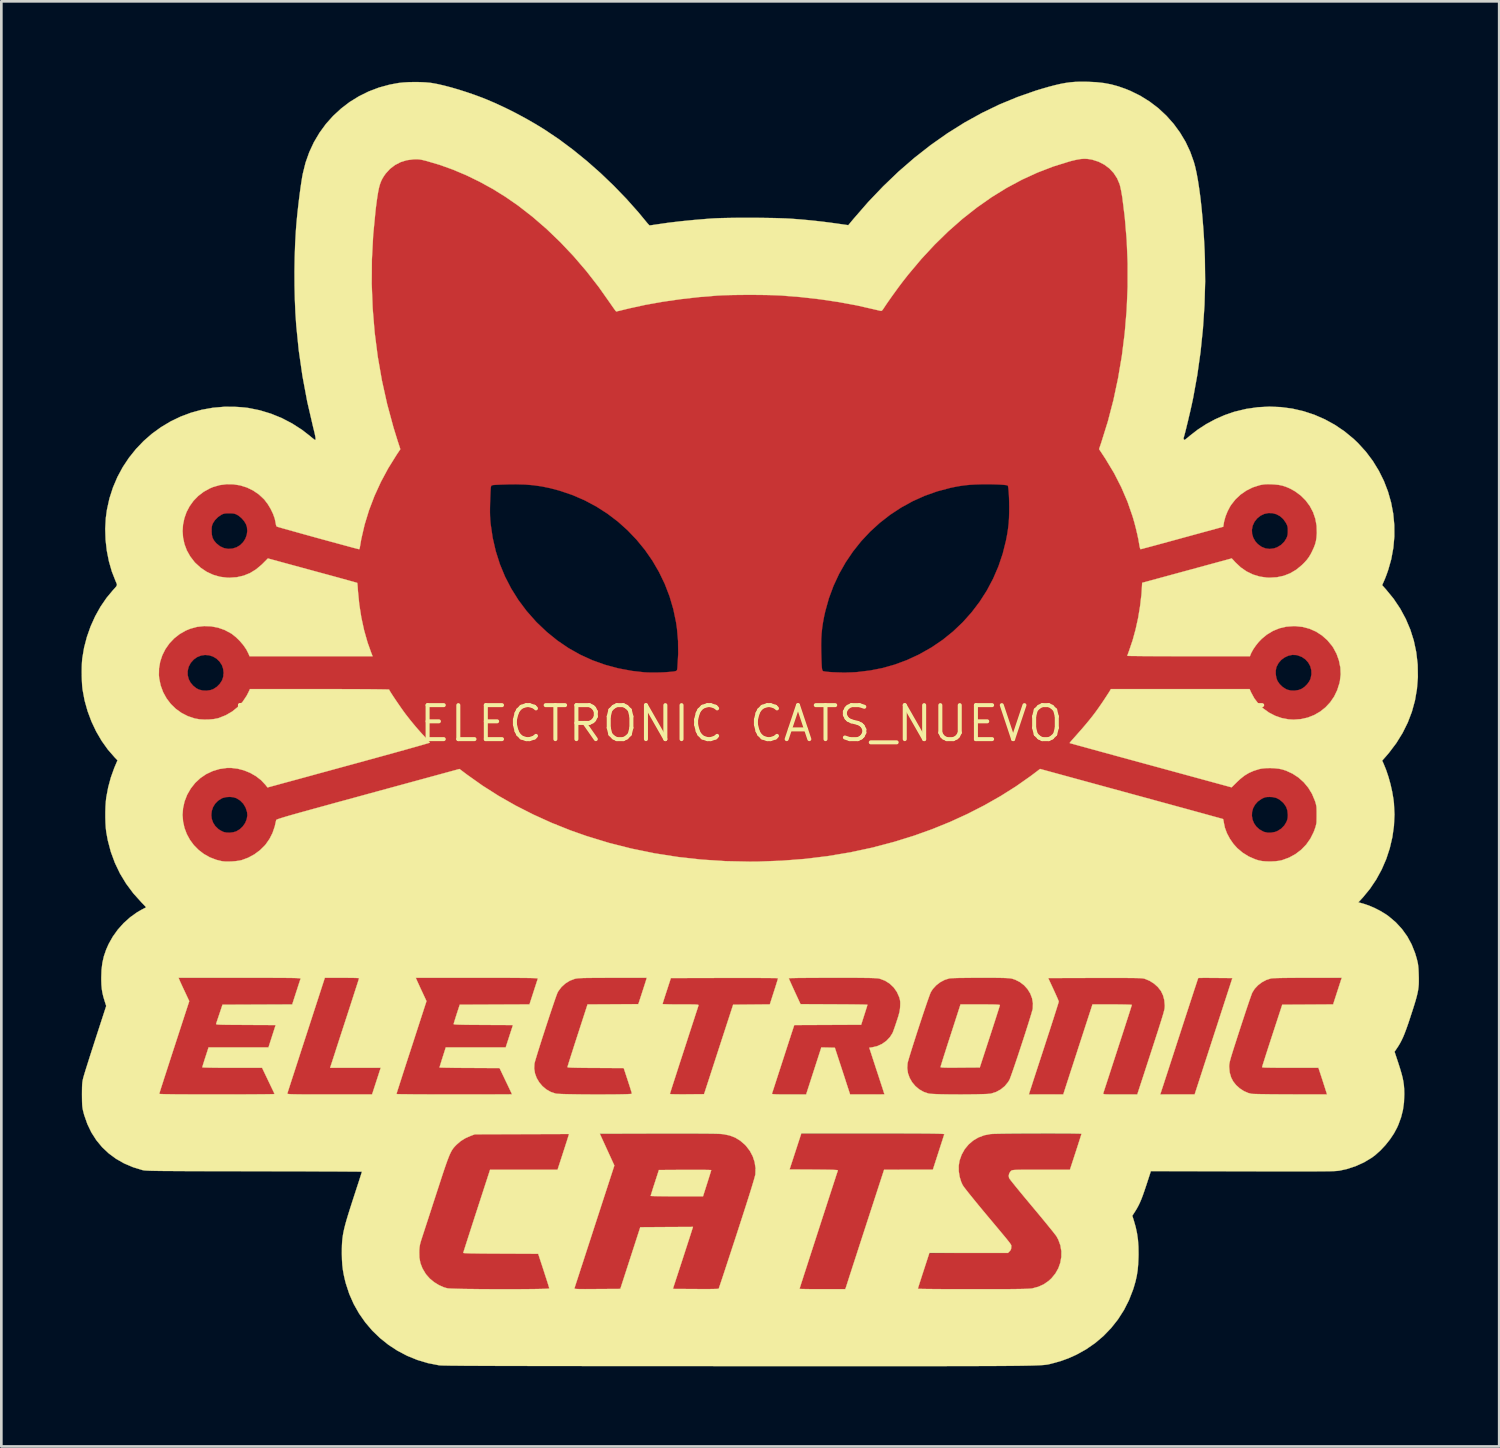
<source format=kicad_pcb>
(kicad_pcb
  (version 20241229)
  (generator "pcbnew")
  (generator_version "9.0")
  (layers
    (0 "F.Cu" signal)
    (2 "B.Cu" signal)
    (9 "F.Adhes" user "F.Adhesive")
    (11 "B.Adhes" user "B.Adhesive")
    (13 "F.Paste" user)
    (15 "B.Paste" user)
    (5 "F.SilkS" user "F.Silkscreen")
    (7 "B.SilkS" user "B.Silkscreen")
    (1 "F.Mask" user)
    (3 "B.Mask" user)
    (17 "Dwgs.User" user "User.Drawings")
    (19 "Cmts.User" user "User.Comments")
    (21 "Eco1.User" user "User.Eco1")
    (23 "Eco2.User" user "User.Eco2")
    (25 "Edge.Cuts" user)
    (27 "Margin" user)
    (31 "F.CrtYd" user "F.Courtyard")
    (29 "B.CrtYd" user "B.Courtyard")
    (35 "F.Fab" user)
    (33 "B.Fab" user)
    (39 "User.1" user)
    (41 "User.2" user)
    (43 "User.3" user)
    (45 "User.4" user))
  (footprint "BADGE ELECTRONIC CATS_NUEVO AJUSTE"
    (layer "F.Cu")
    (at 25.002 24.005)
    (property "Reference" "BADGE ELECTRONIC CATS_NUEVO AJUSTE" (at 0 0 0) (layer "F.SilkS") (effects (font (size 1.27 1.27) (thickness 0.15))))
    (attr through_hole)
    (fp_poly (pts (xy 17.852 9.487) (xy 17.94 9.489) (xy 17.999 9.493) (xy 18.034 9.498) (xy 18.049 9.505) (xy 18.049 9.509) (xy 18.042 9.532) (xy 18.022 9.593) (xy 17.99 9.689) (xy 17.948 9.817) (xy 17.897 9.975) (xy 17.837 10.161) (xy 17.769 10.37) (xy 17.693 10.602) (xy 17.612 10.852) (xy 17.525 11.119) (xy 17.434 11.4) (xy 17.339 11.693) (xy 17.333 11.71) (xy 16.626 13.885) (xy 15.965 13.885) (xy 15.772 13.885) (xy 15.618 13.884) (xy 15.498 13.882) (xy 15.411 13.878) (xy 15.352 13.874) (xy 15.318 13.868) (xy 15.304 13.861) (xy 15.304 13.859) (xy 15.31 13.836) (xy 15.329 13.775) (xy 15.359 13.679) (xy 15.4 13.551) (xy 15.45 13.393) (xy 15.51 13.208) (xy 15.577 12.998) (xy 15.651 12.767) (xy 15.732 12.517) (xy 15.819 12.25) (xy 15.91 11.969) (xy 16.005 11.677) (xy 16.009 11.663) (xy 16.714 9.493) (xy 17.387 9.488) (xy 17.579 9.486) (xy 17.733 9.486) (xy 17.852 9.487)) (stroke (width 0.01) (type solid)) (fill yes) (layer "F.Cu"))
    (fp_poly (pts (xy 7.209 15.542) (xy 7.181 15.627) (xy 7.144 15.744) (xy 7.099 15.881) (xy 7.051 16.031) (xy 7.002 16.182) (xy 6.987 16.229) (xy 6.834 16.7) (xy 5.923 16.706) (xy 5.012 16.711) (xy 4.289 18.939) (xy 3.567 21.166) (xy 2.683 21.166) (xy 2.494 21.166) (xy 2.319 21.165) (xy 2.162 21.164) (xy 2.028 21.163) (xy 1.921 21.161) (xy 1.845 21.159) (xy 1.805 21.156) (xy 1.799 21.155) (xy 1.806 21.134) (xy 1.824 21.075) (xy 1.854 20.981) (xy 1.895 20.855) (xy 1.945 20.698) (xy 2.004 20.515) (xy 2.072 20.307) (xy 2.146 20.077) (xy 2.227 19.828) (xy 2.313 19.562) (xy 2.404 19.281) (xy 2.499 18.99) (xy 2.505 18.97) (xy 2.601 18.676) (xy 2.692 18.394) (xy 2.78 18.125) (xy 2.862 17.872) (xy 2.938 17.638) (xy 3.007 17.425) (xy 3.068 17.236) (xy 3.121 17.074) (xy 3.164 16.942) (xy 3.196 16.842) (xy 3.217 16.776) (xy 3.226 16.748) (xy 3.226 16.748) (xy 3.241 16.701) (xy 2.34 16.701) (xy 2.15 16.7) (xy 1.973 16.699) (xy 1.814 16.697) (xy 1.677 16.695) (xy 1.567 16.693) (xy 1.489 16.69) (xy 1.445 16.687) (xy 1.438 16.685) (xy 1.444 16.661) (xy 1.462 16.603) (xy 1.49 16.513) (xy 1.526 16.398) (xy 1.569 16.262) (xy 1.618 16.11) (xy 1.655 15.997) (xy 1.872 15.325) (xy 7.278 15.325) (xy 7.209 15.542)) (stroke (width 0.01) (type solid)) (fill yes) (layer "F.Cu"))
    (fp_poly (pts (xy 0.234 9.487) (xy 0.441 9.488) (xy 0.616 9.489) (xy 0.758 9.491) (xy 0.871 9.493) (xy 0.956 9.496) (xy 1.014 9.499) (xy 1.048 9.503) (xy 1.058 9.507) (xy 1.058 9.507) (xy 1.052 9.533) (xy 1.034 9.594) (xy 1.007 9.683) (xy 0.972 9.795) (xy 0.931 9.924) (xy 0.899 10.026) (xy 0.739 10.52) (xy -0.627 10.52) (xy -1.079 11.912) (xy -1.158 12.154) (xy -1.235 12.392) (xy -1.309 12.62) (xy -1.379 12.836) (xy -1.443 13.034) (xy -1.501 13.211) (xy -1.549 13.361) (xy -1.588 13.482) (xy -1.616 13.568) (xy -1.625 13.594) (xy -1.718 13.885) (xy -2.383 13.885) (xy -2.546 13.885) (xy -2.694 13.884) (xy -2.823 13.882) (xy -2.928 13.879) (xy -3.002 13.877) (xy -3.043 13.873) (xy -3.048 13.872) (xy -3.042 13.85) (xy -3.023 13.791) (xy -2.993 13.698) (xy -2.954 13.573) (xy -2.905 13.421) (xy -2.847 13.243) (xy -2.783 13.044) (xy -2.712 12.825) (xy -2.636 12.591) (xy -2.556 12.343) (xy -2.521 12.236) (xy -2.439 11.983) (xy -2.361 11.741) (xy -2.287 11.513) (xy -2.218 11.303) (xy -2.157 11.112) (xy -2.102 10.945) (xy -2.057 10.805) (xy -2.021 10.694) (xy -1.996 10.616) (xy -1.982 10.574) (xy -1.98 10.567) (xy -1.966 10.52) (xy -2.644 10.52) (xy -2.809 10.519) (xy -2.959 10.518) (xy -3.09 10.516) (xy -3.196 10.513) (xy -3.273 10.51) (xy -3.315 10.506) (xy -3.322 10.504) (xy -3.315 10.48) (xy -3.297 10.422) (xy -3.269 10.335) (xy -3.234 10.224) (xy -3.192 10.096) (xy -3.157 9.991) (xy -2.993 9.493) (xy -0.968 9.488) (xy -0.608 9.487) (xy -0.289 9.487) (xy -0.009 9.487) (xy 0.234 9.487)) (stroke (width 0.01) (type solid)) (fill yes) (layer "F.Cu"))
    (fp_poly (pts (xy -15.105 9.483) (xy -14.957 9.485) (xy -14.828 9.487) (xy -14.724 9.49) (xy -14.65 9.493) (xy -14.61 9.497) (xy -14.605 9.499) (xy -14.611 9.522) (xy -14.63 9.581) (xy -14.66 9.675) (xy -14.699 9.799) (xy -14.748 9.952) (xy -14.806 10.13) (xy -14.87 10.33) (xy -14.941 10.549) (xy -15.017 10.784) (xy -15.098 11.032) (xy -15.134 11.145) (xy -15.217 11.398) (xy -15.295 11.64) (xy -15.369 11.868) (xy -15.438 12.079) (xy -15.499 12.269) (xy -15.553 12.435) (xy -15.599 12.575) (xy -15.635 12.686) (xy -15.66 12.763) (xy -15.673 12.805) (xy -15.675 12.811) (xy -15.676 12.82) (xy -15.67 12.827) (xy -15.654 12.833) (xy -15.623 12.838) (xy -15.575 12.841) (xy -15.506 12.844) (xy -15.412 12.846) (xy -15.289 12.847) (xy -15.134 12.848) (xy -14.944 12.848) (xy -14.742 12.848) (xy -14.517 12.848) (xy -14.331 12.849) (xy -14.18 12.849) (xy -14.06 12.851) (xy -13.969 12.852) (xy -13.902 12.855) (xy -13.855 12.859) (xy -13.826 12.864) (xy -13.811 12.87) (xy -13.805 12.877) (xy -13.806 12.885) (xy -13.815 12.915) (xy -13.836 12.979) (xy -13.865 13.072) (xy -13.902 13.186) (xy -13.944 13.316) (xy -13.972 13.404) (xy -14.127 13.885) (xy -15.744 13.885) (xy -16.055 13.885) (xy -16.326 13.885) (xy -16.559 13.884) (xy -16.756 13.883) (xy -16.921 13.882) (xy -17.055 13.88) (xy -17.161 13.877) (xy -17.241 13.874) (xy -17.298 13.871) (xy -17.333 13.867) (xy -17.35 13.862) (xy -17.352 13.859) (xy -17.344 13.836) (xy -17.324 13.775) (xy -17.293 13.679) (xy -17.251 13.55) (xy -17.2 13.392) (xy -17.14 13.207) (xy -17.072 12.998) (xy -16.997 12.766) (xy -16.915 12.516) (xy -16.829 12.249) (xy -16.737 11.968) (xy -16.643 11.675) (xy -16.637 11.658) (xy -15.931 9.483) (xy -15.268 9.483) (xy -15.105 9.483)) (stroke (width 0.01) (type solid)) (fill yes) (layer "F.Cu"))
    (fp_poly (pts (xy -7.161 15.327) (xy -7.011 15.328) (xy -6.893 15.328) (xy -6.808 15.329) (xy -6.761 15.33) (xy -6.752 15.33) (xy -6.758 15.351) (xy -6.776 15.408) (xy -6.804 15.495) (xy -6.841 15.609) (xy -6.884 15.744) (xy -6.933 15.896) (xy -6.971 16.014) (xy -7.19 16.69) (xy -8.456 16.701) (xy -9.721 16.711) (xy -10.216 18.233) (xy -10.295 18.478) (xy -10.37 18.71) (xy -10.441 18.928) (xy -10.505 19.127) (xy -10.563 19.306) (xy -10.612 19.46) (xy -10.653 19.587) (xy -10.683 19.684) (xy -10.703 19.747) (xy -10.71 19.773) (xy -10.71 19.773) (xy -10.69 19.776) (xy -10.63 19.779) (xy -10.536 19.782) (xy -10.409 19.784) (xy -10.254 19.786) (xy -10.074 19.788) (xy -9.873 19.789) (xy -9.653 19.79) (xy -9.42 19.791) (xy -9.315 19.791) (xy -7.919 19.791) (xy -7.812 20.124) (xy -7.766 20.268) (xy -7.712 20.435) (xy -7.657 20.606) (xy -7.606 20.765) (xy -7.591 20.812) (xy -7.476 21.167) (xy -9.342 21.165) (xy -9.679 21.165) (xy -9.977 21.164) (xy -10.237 21.163) (xy -10.463 21.162) (xy -10.656 21.16) (xy -10.82 21.159) (xy -10.957 21.156) (xy -11.07 21.154) (xy -11.16 21.15) (xy -11.231 21.147) (xy -11.285 21.142) (xy -11.325 21.137) (xy -11.345 21.134) (xy -11.43 21.11) (xy -11.533 21.073) (xy -11.635 21.029) (xy -11.663 21.016) (xy -11.763 20.963) (xy -11.848 20.906) (xy -11.932 20.834) (xy -12.012 20.756) (xy -12.168 20.575) (xy -12.284 20.388) (xy -12.362 20.188) (xy -12.403 19.971) (xy -12.412 19.791) (xy -12.409 19.686) (xy -12.402 19.586) (xy -12.392 19.506) (xy -12.385 19.473) (xy -12.374 19.438) (xy -12.352 19.366) (xy -12.318 19.261) (xy -12.275 19.125) (xy -12.222 18.962) (xy -12.162 18.775) (xy -12.096 18.568) (xy -12.023 18.344) (xy -11.946 18.106) (xy -11.866 17.857) (xy -11.851 17.812) (xy -11.751 17.504) (xy -11.658 17.22) (xy -11.573 16.962) (xy -11.496 16.732) (xy -11.428 16.531) (xy -11.369 16.363) (xy -11.321 16.229) (xy -11.284 16.131) (xy -11.259 16.07) (xy -11.257 16.067) (xy -11.141 15.876) (xy -10.99 15.706) (xy -10.808 15.561) (xy -10.599 15.443) (xy -10.474 15.392) (xy -10.319 15.335) (xy -8.535 15.329) (xy -8.265 15.328) (xy -8.007 15.328) (xy -7.764 15.327) (xy -7.54 15.327) (xy -7.338 15.327) (xy -7.161 15.327)) (stroke (width 0.01) (type solid)) (fill yes) (layer "F.Cu"))
    (fp_poly (pts (xy 13.077 9.482) (xy 13.312 9.482) (xy 13.541 9.483) (xy 13.759 9.485) (xy 13.963 9.486) (xy 14.15 9.489) (xy 14.315 9.491) (xy 14.454 9.494) (xy 14.564 9.498) (xy 14.642 9.502) (xy 14.68 9.506) (xy 14.868 9.561) (xy 15.041 9.652) (xy 15.195 9.774) (xy 15.325 9.923) (xy 15.424 10.092) (xy 15.489 10.276) (xy 15.495 10.303) (xy 15.505 10.355) (xy 15.513 10.404) (xy 15.518 10.453) (xy 15.519 10.505) (xy 15.515 10.563) (xy 15.506 10.629) (xy 15.49 10.708) (xy 15.468 10.801) (xy 15.439 10.912) (xy 15.4 11.044) (xy 15.353 11.199) (xy 15.296 11.381) (xy 15.229 11.592) (xy 15.15 11.836) (xy 15.06 12.115) (xy 14.997 12.308) (xy 14.917 12.554) (xy 14.84 12.789) (xy 14.768 13.008) (xy 14.702 13.21) (xy 14.642 13.39) (xy 14.59 13.547) (xy 14.547 13.676) (xy 14.514 13.775) (xy 14.491 13.84) (xy 14.48 13.869) (xy 14.479 13.87) (xy 14.455 13.874) (xy 14.394 13.877) (xy 14.301 13.879) (xy 14.182 13.881) (xy 14.041 13.881) (xy 13.883 13.881) (xy 13.806 13.88) (xy 13.148 13.875) (xy 13.692 12.203) (xy 14.236 10.53) (xy 13.528 10.525) (xy 13.309 10.524) (xy 13.129 10.524) (xy 12.988 10.526) (xy 12.886 10.53) (xy 12.825 10.535) (xy 12.806 10.541) (xy 12.798 10.564) (xy 12.777 10.624) (xy 12.746 10.719) (xy 12.704 10.844) (xy 12.653 10.998) (xy 12.595 11.177) (xy 12.529 11.378) (xy 12.457 11.599) (xy 12.38 11.835) (xy 12.299 12.085) (xy 12.254 12.223) (xy 11.716 13.884) (xy 11.054 13.885) (xy 10.861 13.885) (xy 10.707 13.884) (xy 10.588 13.882) (xy 10.5 13.878) (xy 10.441 13.874) (xy 10.407 13.868) (xy 10.393 13.861) (xy 10.393 13.859) (xy 10.399 13.835) (xy 10.418 13.774) (xy 10.448 13.679) (xy 10.488 13.552) (xy 10.537 13.397) (xy 10.595 13.217) (xy 10.66 13.014) (xy 10.731 12.792) (xy 10.809 12.554) (xy 10.89 12.301) (xy 10.952 12.113) (xy 11.51 10.393) (xy 11.311 9.961) (xy 11.254 9.835) (xy 11.203 9.722) (xy 11.161 9.627) (xy 11.131 9.555) (xy 11.114 9.514) (xy 11.113 9.506) (xy 11.133 9.502) (xy 11.192 9.498) (xy 11.286 9.495) (xy 11.411 9.492) (xy 11.563 9.489) (xy 11.739 9.487) (xy 11.935 9.485) (xy 12.146 9.483) (xy 12.37 9.482) (xy 12.602 9.482) (xy 12.839 9.481) (xy 13.077 9.482)) (stroke (width 0.01) (type solid)) (fill yes) (layer "F.Cu"))
    (fp_poly (pts (xy 20.988 9.482) (xy 21.189 9.482) (xy 21.381 9.484) (xy 21.56 9.486) (xy 21.722 9.488) (xy 21.862 9.491) (xy 21.976 9.495) (xy 22.059 9.499) (xy 22.108 9.503) (xy 22.119 9.507) (xy 22.113 9.533) (xy 22.095 9.594) (xy 22.068 9.683) (xy 22.033 9.795) (xy 21.992 9.924) (xy 21.96 10.026) (xy 21.8 10.52) (xy 19.905 10.52) (xy 19.538 11.647) (xy 19.47 11.857) (xy 19.405 12.056) (xy 19.345 12.239) (xy 19.292 12.404) (xy 19.246 12.546) (xy 19.209 12.661) (xy 19.181 12.746) (xy 19.165 12.798) (xy 19.161 12.811) (xy 19.161 12.819) (xy 19.167 12.826) (xy 19.184 12.832) (xy 19.214 12.837) (xy 19.261 12.841) (xy 19.329 12.844) (xy 19.42 12.846) (xy 19.539 12.848) (xy 19.688 12.85) (xy 19.87 12.851) (xy 20.091 12.853) (xy 20.204 12.853) (xy 21.258 12.859) (xy 21.423 13.367) (xy 21.469 13.505) (xy 21.509 13.63) (xy 21.543 13.735) (xy 21.569 13.815) (xy 21.585 13.865) (xy 21.589 13.88) (xy 21.569 13.882) (xy 21.511 13.884) (xy 21.419 13.885) (xy 21.296 13.886) (xy 21.149 13.886) (xy 20.98 13.886) (xy 20.793 13.885) (xy 20.594 13.885) (xy 20.386 13.884) (xy 20.173 13.882) (xy 19.96 13.881) (xy 19.75 13.879) (xy 19.548 13.877) (xy 19.359 13.875) (xy 19.186 13.873) (xy 19.033 13.871) (xy 18.904 13.868) (xy 18.805 13.866) (xy 18.739 13.863) (xy 18.711 13.861) (xy 18.538 13.812) (xy 18.37 13.726) (xy 18.214 13.607) (xy 18.194 13.588) (xy 18.057 13.432) (xy 17.958 13.259) (xy 17.895 13.068) (xy 17.882 13.013) (xy 17.873 12.962) (xy 17.868 12.91) (xy 17.867 12.854) (xy 17.872 12.792) (xy 17.883 12.72) (xy 17.901 12.635) (xy 17.927 12.532) (xy 17.961 12.41) (xy 18.005 12.264) (xy 18.058 12.091) (xy 18.123 11.888) (xy 18.199 11.652) (xy 18.288 11.379) (xy 18.29 11.373) (xy 18.363 11.149) (xy 18.433 10.935) (xy 18.5 10.734) (xy 18.562 10.551) (xy 18.617 10.388) (xy 18.665 10.25) (xy 18.704 10.141) (xy 18.733 10.064) (xy 18.75 10.023) (xy 18.75 10.022) (xy 18.848 9.877) (xy 18.979 9.746) (xy 19.132 9.636) (xy 19.299 9.553) (xy 19.461 9.506) (xy 19.509 9.501) (xy 19.592 9.496) (xy 19.705 9.492) (xy 19.845 9.489) (xy 20.006 9.486) (xy 20.185 9.484) (xy 20.377 9.483) (xy 20.578 9.482) (xy 20.783 9.481) (xy 20.988 9.482)) (stroke (width 0.01) (type solid)) (fill yes) (layer "F.Cu"))
    (fp_poly (pts (xy -17.49 9.486) (xy -17.294 9.486) (xy -17.126 9.487) (xy -16.989 9.487) (xy -16.886 9.488) (xy -16.82 9.489) (xy -16.793 9.49) (xy -16.792 9.49) (xy -16.797 9.511) (xy -16.812 9.567) (xy -16.838 9.652) (xy -16.872 9.761) (xy -16.913 9.889) (xy -16.95 10.003) (xy -17.115 10.509) (xy -18.417 10.515) (xy -19.72 10.52) (xy -19.836 10.875) (xy -19.952 11.229) (xy -18.832 11.234) (xy -18.577 11.236) (xy -18.36 11.238) (xy -18.181 11.24) (xy -18.035 11.242) (xy -17.921 11.245) (xy -17.836 11.248) (xy -17.776 11.252) (xy -17.74 11.257) (xy -17.724 11.263) (xy -17.722 11.266) (xy -17.732 11.293) (xy -17.752 11.355) (xy -17.78 11.443) (xy -17.816 11.553) (xy -17.856 11.677) (xy -17.867 11.71) (xy -18.002 12.128) (xy -19.124 12.128) (xy -20.246 12.129) (xy -20.352 12.46) (xy -20.388 12.573) (xy -20.419 12.673) (xy -20.444 12.753) (xy -20.46 12.804) (xy -20.464 12.82) (xy -20.46 12.826) (xy -20.441 12.831) (xy -20.405 12.836) (xy -20.349 12.84) (xy -20.269 12.843) (xy -20.163 12.845) (xy -20.028 12.846) (xy -19.86 12.847) (xy -19.656 12.848) (xy -19.414 12.848) (xy -19.353 12.848) (xy -18.235 12.848) (xy -17.997 13.351) (xy -17.933 13.486) (xy -17.876 13.609) (xy -17.827 13.713) (xy -17.79 13.795) (xy -17.766 13.849) (xy -17.759 13.869) (xy -17.779 13.872) (xy -17.84 13.874) (xy -17.937 13.876) (xy -18.068 13.878) (xy -18.23 13.879) (xy -18.421 13.881) (xy -18.637 13.882) (xy -18.876 13.883) (xy -19.135 13.884) (xy -19.412 13.885) (xy -19.702 13.885) (xy -19.952 13.885) (xy -22.145 13.885) (xy -22.133 13.838) (xy -22.125 13.811) (xy -22.104 13.746) (xy -22.073 13.648) (xy -22.031 13.518) (xy -21.98 13.361) (xy -21.921 13.178) (xy -21.855 12.974) (xy -21.783 12.75) (xy -21.705 12.51) (xy -21.623 12.258) (xy -21.568 12.088) (xy -21.47 11.787) (xy -21.385 11.524) (xy -21.311 11.295) (xy -21.247 11.099) (xy -21.194 10.933) (xy -21.15 10.794) (xy -21.115 10.679) (xy -21.087 10.586) (xy -21.066 10.512) (xy -21.051 10.454) (xy -21.042 10.411) (xy -21.037 10.378) (xy -21.036 10.354) (xy -21.038 10.336) (xy -21.042 10.322) (xy -21.046 10.31) (xy -21.065 10.267) (xy -21.098 10.193) (xy -21.142 10.096) (xy -21.194 9.983) (xy -21.249 9.864) (xy -21.421 9.493) (xy -19.11 9.488) (xy -18.801 9.487) (xy -18.504 9.487) (xy -18.222 9.486) (xy -17.957 9.486) (xy -17.712 9.486) (xy -17.49 9.486)) (stroke (width 0.01) (type solid)) (fill yes) (layer "F.Cu"))
    (fp_poly (pts (xy -4.909 9.483) (xy -4.693 9.484) (xy -4.494 9.485) (xy -4.315 9.486) (xy -4.16 9.488) (xy -4.032 9.491) (xy -3.936 9.493) (xy -3.875 9.496) (xy -3.852 9.498) (xy -3.852 9.499) (xy -3.858 9.522) (xy -3.876 9.581) (xy -3.903 9.668) (xy -3.938 9.779) (xy -3.979 9.907) (xy -4.015 10.017) (xy -4.178 10.52) (xy -6.071 10.52) (xy -6.157 10.779) (xy -6.23 11.002) (xy -6.303 11.228) (xy -6.377 11.452) (xy -6.448 11.672) (xy -6.516 11.883) (xy -6.581 12.082) (xy -6.639 12.265) (xy -6.692 12.428) (xy -6.737 12.569) (xy -6.772 12.682) (xy -6.798 12.765) (xy -6.813 12.814) (xy -6.816 12.826) (xy -6.798 12.832) (xy -6.743 12.836) (xy -6.65 12.84) (xy -6.519 12.844) (xy -6.349 12.846) (xy -6.138 12.847) (xy -5.886 12.848) (xy -5.769 12.848) (xy -4.721 12.848) (xy -4.562 13.341) (xy -4.518 13.479) (xy -4.478 13.604) (xy -4.445 13.711) (xy -4.421 13.793) (xy -4.406 13.845) (xy -4.403 13.86) (xy -4.423 13.865) (xy -4.482 13.869) (xy -4.574 13.872) (xy -4.697 13.875) (xy -4.844 13.878) (xy -5.013 13.88) (xy -5.2 13.882) (xy -5.399 13.883) (xy -5.607 13.884) (xy -5.819 13.884) (xy -6.032 13.884) (xy -6.241 13.883) (xy -6.442 13.882) (xy -6.631 13.88) (xy -6.803 13.878) (xy -6.955 13.875) (xy -7.081 13.872) (xy -7.179 13.868) (xy -7.243 13.864) (xy -7.26 13.862) (xy -7.394 13.826) (xy -7.537 13.763) (xy -7.674 13.681) (xy -7.788 13.589) (xy -7.796 13.581) (xy -7.9 13.456) (xy -7.99 13.307) (xy -8.057 13.151) (xy -8.087 13.043) (xy -8.097 12.987) (xy -8.104 12.935) (xy -8.107 12.881) (xy -8.106 12.823) (xy -8.099 12.758) (xy -8.085 12.683) (xy -8.065 12.593) (xy -8.037 12.485) (xy -8 12.356) (xy -7.954 12.203) (xy -7.897 12.022) (xy -7.829 11.811) (xy -7.75 11.564) (xy -7.688 11.374) (xy -7.615 11.152) (xy -7.545 10.94) (xy -7.48 10.741) (xy -7.419 10.559) (xy -7.365 10.398) (xy -7.318 10.262) (xy -7.281 10.156) (xy -7.254 10.081) (xy -7.239 10.043) (xy -7.177 9.943) (xy -7.088 9.836) (xy -6.985 9.734) (xy -6.879 9.65) (xy -6.82 9.613) (xy -6.771 9.588) (xy -6.725 9.566) (xy -6.679 9.547) (xy -6.629 9.532) (xy -6.572 9.519) (xy -6.504 9.509) (xy -6.422 9.5) (xy -6.321 9.494) (xy -6.2 9.49) (xy -6.054 9.487) (xy -5.879 9.485) (xy -5.673 9.484) (xy -5.431 9.483) (xy -5.151 9.483) (xy -5.138 9.483) (xy -4.909 9.483)) (stroke (width 0.01) (type solid)) (fill yes) (layer "F.Cu"))
    (fp_poly (pts (xy 2.454 9.486) (xy 2.724 9.486) (xy 3.034 9.487) (xy 3.106 9.487) (xy 4.815 9.493) (xy 4.942 9.544) (xy 5.136 9.641) (xy 5.3 9.767) (xy 5.434 9.916) (xy 5.535 10.086) (xy 5.599 10.272) (xy 5.626 10.472) (xy 5.624 10.583) (xy 5.613 10.661) (xy 5.59 10.769) (xy 5.556 10.899) (xy 5.515 11.043) (xy 5.47 11.19) (xy 5.423 11.334) (xy 5.376 11.464) (xy 5.333 11.572) (xy 5.324 11.593) (xy 5.232 11.745) (xy 5.108 11.877) (xy 4.955 11.987) (xy 4.78 12.07) (xy 4.59 12.121) (xy 4.569 12.124) (xy 4.474 12.139) (xy 4.756 13.007) (xy 4.815 13.19) (xy 4.87 13.36) (xy 4.92 13.513) (xy 4.962 13.644) (xy 4.997 13.751) (xy 5.021 13.828) (xy 5.035 13.872) (xy 5.038 13.88) (xy 5.017 13.881) (xy 4.96 13.883) (xy 4.87 13.884) (xy 4.753 13.884) (xy 4.614 13.885) (xy 4.458 13.885) (xy 4.372 13.885) (xy 3.706 13.885) (xy 3.429 13.033) (xy 3.369 12.851) (xy 3.314 12.681) (xy 3.264 12.528) (xy 3.221 12.395) (xy 3.186 12.287) (xy 3.16 12.209) (xy 3.146 12.164) (xy 3.143 12.155) (xy 3.124 12.142) (xy 3.075 12.134) (xy 2.991 12.129) (xy 2.902 12.129) (xy 2.67 12.129) (xy 2.445 12.822) (xy 2.389 12.994) (xy 2.335 13.162) (xy 2.284 13.319) (xy 2.238 13.458) (xy 2.201 13.574) (xy 2.173 13.66) (xy 2.161 13.695) (xy 2.103 13.875) (xy 1.43 13.88) (xy 1.238 13.882) (xy 1.084 13.882) (xy 0.965 13.881) (xy 0.878 13.879) (xy 0.818 13.875) (xy 0.783 13.87) (xy 0.768 13.863) (xy 0.768 13.859) (xy 0.776 13.835) (xy 0.796 13.774) (xy 0.827 13.679) (xy 0.867 13.555) (xy 0.916 13.404) (xy 0.973 13.23) (xy 1.036 13.037) (xy 1.104 12.827) (xy 1.176 12.605) (xy 1.198 12.536) (xy 1.619 11.24) (xy 2.869 11.24) (xy 4.118 11.239) (xy 4.221 10.917) (xy 4.257 10.804) (xy 4.288 10.704) (xy 4.313 10.624) (xy 4.329 10.572) (xy 4.334 10.557) (xy 4.334 10.549) (xy 4.328 10.543) (xy 4.312 10.537) (xy 4.284 10.532) (xy 4.24 10.529) (xy 4.178 10.525) (xy 4.093 10.523) (xy 3.983 10.521) (xy 3.845 10.519) (xy 3.676 10.518) (xy 3.472 10.516) (xy 3.23 10.515) (xy 3.099 10.515) (xy 1.854 10.509) (xy 1.627 10.022) (xy 1.565 9.889) (xy 1.509 9.767) (xy 1.462 9.662) (xy 1.427 9.581) (xy 1.405 9.527) (xy 1.398 9.508) (xy 1.405 9.503) (xy 1.428 9.499) (xy 1.468 9.495) (xy 1.529 9.492) (xy 1.612 9.49) (xy 1.721 9.488) (xy 1.857 9.487) (xy 2.023 9.486) (xy 2.221 9.485) (xy 2.454 9.486)) (stroke (width 0.01) (type solid)) (fill yes) (layer "F.Cu"))
    (fp_poly (pts (xy -9.862 9.483) (xy -9.533 9.483) (xy -9.242 9.483) (xy -8.986 9.484) (xy -8.765 9.485) (xy -8.574 9.486) (xy -8.414 9.487) (xy -8.28 9.489) (xy -8.171 9.491) (xy -8.085 9.493) (xy -8.019 9.496) (xy -7.972 9.499) (xy -7.941 9.503) (xy -7.925 9.507) (xy -7.92 9.512) (xy -7.92 9.512) (xy -7.928 9.539) (xy -7.948 9.601) (xy -7.977 9.692) (xy -8.013 9.805) (xy -8.055 9.934) (xy -8.086 10.03) (xy -8.244 10.52) (xy -10.85 10.52) (xy -10.96 10.857) (xy -10.997 10.971) (xy -11.028 11.071) (xy -11.052 11.15) (xy -11.067 11.201) (xy -11.07 11.217) (xy -11.052 11.223) (xy -10.997 11.228) (xy -10.904 11.231) (xy -10.773 11.235) (xy -10.602 11.237) (xy -10.392 11.239) (xy -10.14 11.239) (xy -9.957 11.239) (xy -9.708 11.24) (xy -9.499 11.24) (xy -9.326 11.241) (xy -9.185 11.242) (xy -9.074 11.244) (xy -8.99 11.247) (xy -8.929 11.25) (xy -8.889 11.254) (xy -8.865 11.259) (xy -8.855 11.265) (xy -8.855 11.27) (xy -8.865 11.299) (xy -8.885 11.361) (xy -8.914 11.451) (xy -8.95 11.561) (xy -8.989 11.686) (xy -8.999 11.714) (xy -9.131 12.128) (xy -10.252 12.134) (xy -11.373 12.139) (xy -11.486 12.477) (xy -11.524 12.59) (xy -11.556 12.689) (xy -11.581 12.767) (xy -11.596 12.817) (xy -11.599 12.832) (xy -11.579 12.835) (xy -11.52 12.838) (xy -11.426 12.841) (xy -11.302 12.843) (xy -11.151 12.845) (xy -10.978 12.846) (xy -10.785 12.848) (xy -10.577 12.848) (xy -10.482 12.848) (xy -9.364 12.848) (xy -9.132 13.337) (xy -9.069 13.471) (xy -9.012 13.594) (xy -8.963 13.699) (xy -8.926 13.781) (xy -8.902 13.836) (xy -8.894 13.856) (xy -8.897 13.861) (xy -8.913 13.865) (xy -8.941 13.869) (xy -8.986 13.872) (xy -9.048 13.875) (xy -9.131 13.877) (xy -9.236 13.879) (xy -9.367 13.881) (xy -9.524 13.882) (xy -9.711 13.883) (xy -9.929 13.884) (xy -10.181 13.885) (xy -10.469 13.885) (xy -10.796 13.885) (xy -11.079 13.885) (xy -11.38 13.885) (xy -11.668 13.885) (xy -11.942 13.884) (xy -12.198 13.883) (xy -12.433 13.882) (xy -12.645 13.881) (xy -12.831 13.88) (xy -12.988 13.878) (xy -13.113 13.877) (xy -13.204 13.875) (xy -13.257 13.873) (xy -13.271 13.872) (xy -13.265 13.85) (xy -13.247 13.791) (xy -13.217 13.698) (xy -13.177 13.573) (xy -13.128 13.42) (xy -13.07 13.241) (xy -13.005 13.039) (xy -12.933 12.818) (xy -12.856 12.58) (xy -12.775 12.328) (xy -12.71 12.131) (xy -12.626 11.87) (xy -12.545 11.621) (xy -12.469 11.387) (xy -12.399 11.169) (xy -12.336 10.972) (xy -12.28 10.798) (xy -12.233 10.65) (xy -12.196 10.532) (xy -12.169 10.445) (xy -12.153 10.394) (xy -12.15 10.38) (xy -12.158 10.355) (xy -12.182 10.297) (xy -12.218 10.214) (xy -12.264 10.113) (xy -12.317 9.999) (xy -12.372 9.88) (xy -12.423 9.769) (xy -12.467 9.673) (xy -12.5 9.6) (xy -12.517 9.562) (xy -12.55 9.483) (xy -10.231 9.483) (xy -9.862 9.483)) (stroke (width 0.01) (type solid)) (fill yes) (layer "F.Cu"))
    (fp_poly (pts (xy 12.393 15.372) (xy 12.383 15.403) (xy 12.362 15.47) (xy 12.332 15.566) (xy 12.293 15.686) (xy 12.248 15.826) (xy 12.198 15.979) (xy 12.173 16.055) (xy 11.966 16.69) (xy 10.889 16.701) (xy 10.678 16.703) (xy 10.479 16.706) (xy 10.297 16.709) (xy 10.135 16.713) (xy 9.998 16.717) (xy 9.89 16.721) (xy 9.815 16.725) (xy 9.776 16.729) (xy 9.773 16.73) (xy 9.721 16.776) (xy 9.687 16.846) (xy 9.677 16.925) (xy 9.694 16.997) (xy 9.695 16.998) (xy 9.712 17.021) (xy 9.754 17.073) (xy 9.818 17.152) (xy 9.903 17.255) (xy 10.004 17.377) (xy 10.12 17.517) (xy 10.249 17.671) (xy 10.387 17.837) (xy 10.503 17.975) (xy 10.689 18.196) (xy 10.85 18.388) (xy 10.987 18.552) (xy 11.103 18.692) (xy 11.2 18.809) (xy 11.279 18.907) (xy 11.343 18.988) (xy 11.394 19.054) (xy 11.434 19.108) (xy 11.465 19.153) (xy 11.489 19.191) (xy 11.507 19.225) (xy 11.523 19.257) (xy 11.531 19.276) (xy 11.595 19.466) (xy 11.633 19.672) (xy 11.644 19.881) (xy 11.627 20.079) (xy 11.61 20.162) (xy 11.54 20.361) (xy 11.436 20.551) (xy 11.304 20.723) (xy 11.15 20.87) (xy 10.98 20.985) (xy 10.943 21.005) (xy 10.896 21.029) (xy 10.854 21.05) (xy 10.816 21.068) (xy 10.778 21.084) (xy 10.737 21.098) (xy 10.691 21.11) (xy 10.638 21.121) (xy 10.574 21.129) (xy 10.498 21.137) (xy 10.406 21.142) (xy 10.295 21.147) (xy 10.164 21.151) (xy 10.01 21.153) (xy 9.829 21.155) (xy 9.619 21.157) (xy 9.378 21.158) (xy 9.103 21.159) (xy 8.792 21.16) (xy 8.441 21.161) (xy 8.387 21.161) (xy 8.089 21.162) (xy 7.802 21.163) (xy 7.53 21.163) (xy 7.277 21.162) (xy 7.044 21.162) (xy 6.834 21.161) (xy 6.651 21.16) (xy 6.496 21.159) (xy 6.374 21.157) (xy 6.286 21.155) (xy 6.235 21.153) (xy 6.224 21.152) (xy 6.23 21.128) (xy 6.248 21.069) (xy 6.276 20.98) (xy 6.313 20.865) (xy 6.357 20.729) (xy 6.407 20.577) (xy 6.442 20.468) (xy 6.66 19.801) (xy 8.12 19.791) (xy 8.406 19.789) (xy 8.653 19.787) (xy 8.864 19.785) (xy 9.041 19.782) (xy 9.188 19.78) (xy 9.308 19.777) (xy 9.403 19.775) (xy 9.478 19.771) (xy 9.534 19.767) (xy 9.574 19.763) (xy 9.603 19.757) (xy 9.622 19.751) (xy 9.634 19.745) (xy 9.694 19.684) (xy 9.726 19.605) (xy 9.726 19.524) (xy 9.724 19.516) (xy 9.707 19.489) (xy 9.665 19.433) (xy 9.601 19.351) (xy 9.517 19.245) (xy 9.415 19.118) (xy 9.297 18.974) (xy 9.167 18.816) (xy 9.026 18.646) (xy 8.876 18.468) (xy 8.858 18.446) (xy 8.707 18.265) (xy 8.562 18.092) (xy 8.427 17.929) (xy 8.303 17.779) (xy 8.194 17.646) (xy 8.102 17.533) (xy 8.029 17.442) (xy 7.978 17.377) (xy 7.952 17.342) (xy 7.951 17.34) (xy 7.85 17.14) (xy 7.786 16.926) (xy 7.76 16.703) (xy 7.77 16.479) (xy 7.817 16.258) (xy 7.901 16.047) (xy 7.983 15.906) (xy 8.131 15.721) (xy 8.307 15.567) (xy 8.511 15.446) (xy 8.657 15.385) (xy 8.795 15.335) (xy 10.6 15.329) (xy 12.405 15.324) (xy 12.393 15.372)) (stroke (width 0.01) (type solid)) (fill yes) (layer "F.Cu"))
    (fp_poly (pts (xy 8.404 9.486) (xy 8.654 9.487) (xy 8.9 9.489) (xy 9.108 9.491) (xy 9.28 9.492) (xy 9.422 9.494) (xy 9.536 9.496) (xy 9.626 9.499) (xy 9.697 9.503) (xy 9.752 9.508) (xy 9.794 9.513) (xy 9.828 9.52) (xy 9.857 9.528) (xy 9.885 9.538) (xy 9.89 9.54) (xy 10.077 9.632) (xy 10.241 9.754) (xy 10.378 9.902) (xy 10.483 10.072) (xy 10.553 10.258) (xy 10.563 10.304) (xy 10.574 10.36) (xy 10.582 10.415) (xy 10.586 10.47) (xy 10.585 10.529) (xy 10.578 10.596) (xy 10.565 10.674) (xy 10.544 10.766) (xy 10.516 10.876) (xy 10.478 11.007) (xy 10.431 11.162) (xy 10.374 11.345) (xy 10.305 11.56) (xy 10.225 11.809) (xy 10.165 11.992) (xy 10.093 12.214) (xy 10.023 12.426) (xy 9.957 12.626) (xy 9.896 12.808) (xy 9.841 12.969) (xy 9.794 13.105) (xy 9.757 13.212) (xy 9.73 13.287) (xy 9.714 13.325) (xy 9.656 13.417) (xy 9.572 13.518) (xy 9.474 13.617) (xy 9.371 13.702) (xy 9.277 13.762) (xy 9.271 13.765) (xy 9.216 13.791) (xy 9.163 13.813) (xy 9.108 13.831) (xy 9.046 13.845) (xy 8.975 13.857) (xy 8.89 13.866) (xy 8.786 13.873) (xy 8.661 13.878) (xy 8.51 13.881) (xy 8.329 13.883) (xy 8.114 13.883) (xy 7.862 13.883) (xy 7.821 13.883) (xy 7.561 13.883) (xy 7.34 13.881) (xy 7.155 13.879) (xy 7.003 13.877) (xy 6.881 13.873) (xy 6.787 13.868) (xy 6.716 13.863) (xy 6.666 13.856) (xy 6.655 13.854) (xy 6.465 13.792) (xy 6.292 13.695) (xy 6.14 13.569) (xy 6.014 13.417) (xy 5.919 13.246) (xy 5.862 13.065) (xy 5.851 13.007) (xy 5.843 12.951) (xy 5.839 12.895) (xy 5.839 12.848) (xy 7.117 12.848) (xy 8.548 12.848) (xy 8.633 12.589) (xy 8.707 12.364) (xy 8.781 12.137) (xy 8.854 11.912) (xy 8.926 11.692) (xy 8.994 11.481) (xy 9.059 11.282) (xy 9.117 11.099) (xy 9.17 10.936) (xy 9.214 10.796) (xy 9.25 10.683) (xy 9.275 10.601) (xy 9.289 10.553) (xy 9.292 10.542) (xy 9.275 10.535) (xy 9.222 10.53) (xy 9.133 10.526) (xy 9.006 10.524) (xy 8.839 10.524) (xy 8.632 10.524) (xy 8.581 10.525) (xy 7.869 10.53) (xy 7.67 11.144) (xy 7.608 11.335) (xy 7.539 11.546) (xy 7.468 11.765) (xy 7.399 11.979) (xy 7.335 12.176) (xy 7.294 12.303) (xy 7.117 12.848) (xy 5.839 12.848) (xy 5.839 12.836) (xy 5.846 12.769) (xy 5.858 12.691) (xy 5.878 12.6) (xy 5.906 12.491) (xy 5.943 12.361) (xy 5.99 12.207) (xy 6.047 12.025) (xy 6.115 11.812) (xy 6.195 11.564) (xy 6.252 11.388) (xy 6.325 11.166) (xy 6.395 10.953) (xy 6.462 10.752) (xy 6.523 10.569) (xy 6.579 10.406) (xy 6.626 10.268) (xy 6.665 10.159) (xy 6.694 10.082) (xy 6.709 10.044) (xy 6.784 9.923) (xy 6.888 9.802) (xy 7.007 9.695) (xy 7.131 9.613) (xy 7.133 9.612) (xy 7.185 9.584) (xy 7.235 9.561) (xy 7.286 9.541) (xy 7.341 9.525) (xy 7.405 9.513) (xy 7.48 9.503) (xy 7.572 9.495) (xy 7.684 9.49) (xy 7.819 9.487) (xy 7.982 9.485) (xy 8.175 9.485) (xy 8.404 9.486)) (stroke (width 0.01) (type solid)) (fill yes) (layer "F.Cu"))
    (fp_poly (pts (xy -3.309 15.325) (xy -2.932 15.325) (xy -2.596 15.325) (xy -2.296 15.325) (xy -2.032 15.326) (xy -1.8 15.326) (xy -1.598 15.328) (xy -1.423 15.33) (xy -1.273 15.333) (xy -1.146 15.337) (xy -1.038 15.342) (xy -0.948 15.348) (xy -0.873 15.356) (xy -0.81 15.365) (xy -0.758 15.376) (xy -0.712 15.388) (xy -0.672 15.403) (xy -0.635 15.419) (xy -0.597 15.438) (xy -0.557 15.459) (xy -0.521 15.478) (xy -0.359 15.58) (xy -0.205 15.71) (xy -0.07 15.858) (xy 0.036 16.014) (xy 0.049 16.038) (xy 0.138 16.25) (xy 0.193 16.475) (xy 0.211 16.703) (xy 0.193 16.925) (xy 0.179 16.995) (xy 0.168 17.033) (xy 0.145 17.108) (xy 0.112 17.216) (xy 0.068 17.355) (xy 0.015 17.521) (xy -0.045 17.711) (xy -0.112 17.921) (xy -0.185 18.148) (xy -0.263 18.39) (xy -0.344 18.642) (xy -0.428 18.901) (xy -0.513 19.164) (xy -0.599 19.429) (xy -0.684 19.69) (xy -0.767 19.946) (xy -0.847 20.193) (xy -0.924 20.427) (xy -0.996 20.646) (xy -1.051 20.812) (xy -1.168 21.167) (xy -2.044 21.167) (xy -2.274 21.166) (xy -2.463 21.165) (xy -2.616 21.164) (xy -2.734 21.161) (xy -2.821 21.158) (xy -2.88 21.153) (xy -2.912 21.148) (xy -2.921 21.142) (xy -2.915 21.117) (xy -2.896 21.057) (xy -2.867 20.963) (xy -2.829 20.841) (xy -2.782 20.694) (xy -2.728 20.527) (xy -2.668 20.342) (xy -2.604 20.143) (xy -2.579 20.067) (xy -2.513 19.863) (xy -2.449 19.668) (xy -2.39 19.486) (xy -2.337 19.323) (xy -2.292 19.183) (xy -2.255 19.068) (xy -2.228 18.985) (xy -2.212 18.936) (xy -2.21 18.928) (xy -2.182 18.838) (xy -4.097 18.838) (xy -4.315 19.51) (xy -4.377 19.701) (xy -4.443 19.906) (xy -4.511 20.115) (xy -4.577 20.316) (xy -4.636 20.5) (xy -4.687 20.655) (xy -4.693 20.675) (xy -4.854 21.167) (xy -5.742 21.167) (xy -5.96 21.167) (xy -6.139 21.166) (xy -6.283 21.165) (xy -6.396 21.164) (xy -6.481 21.161) (xy -6.542 21.158) (xy -6.582 21.154) (xy -6.606 21.149) (xy -6.616 21.142) (xy -6.617 21.134) (xy -6.617 21.133) (xy -6.607 21.105) (xy -6.586 21.041) (xy -6.554 20.943) (xy -6.512 20.814) (xy -6.461 20.659) (xy -6.402 20.479) (xy -6.337 20.277) (xy -6.265 20.058) (xy -6.189 19.823) (xy -6.109 19.577) (xy -6.026 19.322) (xy -5.941 19.061) (xy -5.856 18.797) (xy -5.77 18.533) (xy -5.686 18.274) (xy -5.604 18.02) (xy -5.525 17.777) (xy -5.481 17.64) (xy -3.704 17.64) (xy -3.684 17.643) (xy -3.625 17.645) (xy -3.533 17.647) (xy -3.41 17.648) (xy -3.263 17.649) (xy -3.094 17.649) (xy -2.908 17.649) (xy -2.748 17.648) (xy -1.792 17.642) (xy -1.639 17.171) (xy -1.487 16.701) (xy -3.401 16.701) (xy -3.553 17.163) (xy -3.596 17.296) (xy -3.634 17.415) (xy -3.666 17.514) (xy -3.689 17.589) (xy -3.702 17.632) (xy -3.704 17.64) (xy -5.481 17.64) (xy -5.45 17.546) (xy -5.381 17.33) (xy -5.317 17.134) (xy -5.261 16.96) (xy -5.213 16.811) (xy -5.174 16.69) (xy -5.145 16.6) (xy -5.128 16.545) (xy -5.122 16.526) (xy -5.131 16.504) (xy -5.155 16.449) (xy -5.192 16.365) (xy -5.24 16.257) (xy -5.297 16.13) (xy -5.361 15.99) (xy -5.376 15.959) (xy -5.441 15.815) (xy -5.502 15.682) (xy -5.554 15.565) (xy -5.596 15.471) (xy -5.626 15.403) (xy -5.641 15.367) (xy -5.642 15.365) (xy -5.643 15.358) (xy -5.64 15.353) (xy -5.632 15.348) (xy -5.615 15.344) (xy -5.588 15.34) (xy -5.548 15.337) (xy -5.493 15.334) (xy -5.42 15.332) (xy -5.328 15.33) (xy -5.214 15.328) (xy -5.075 15.327) (xy -4.91 15.326) (xy -4.715 15.326) (xy -4.49 15.325) (xy -4.23 15.325) (xy -3.935 15.325) (xy -3.602 15.325) (xy -3.309 15.325)) (stroke (width 0.01) (type solid)) (fill yes) (layer "F.Cu"))
    (fp_poly (pts (xy 12.615 -21.136) (xy 12.846 -21.095) (xy 13.067 -21.016) (xy 13.274 -20.901) (xy 13.46 -20.753) (xy 13.522 -20.69) (xy 13.618 -20.58) (xy 13.697 -20.468) (xy 13.76 -20.349) (xy 13.812 -20.215) (xy 13.855 -20.058) (xy 13.893 -19.872) (xy 13.919 -19.706) (xy 14.027 -18.819) (xy 14.097 -17.92) (xy 14.127 -17.013) (xy 14.118 -16.103) (xy 14.07 -15.194) (xy 13.982 -14.29) (xy 13.937 -13.938) (xy 13.826 -13.231) (xy 13.684 -12.51) (xy 13.515 -11.788) (xy 13.32 -11.076) (xy 13.168 -10.584) (xy 13.066 -10.27) (xy 13.261 -9.971) (xy 13.582 -9.443) (xy 13.861 -8.904) (xy 14.1 -8.355) (xy 14.298 -7.795) (xy 14.454 -7.225) (xy 14.552 -6.749) (xy 14.588 -6.545) (xy 14.782 -6.597) (xy 14.836 -6.611) (xy 14.927 -6.636) (xy 15.051 -6.67) (xy 15.203 -6.711) (xy 15.38 -6.759) (xy 15.578 -6.813) (xy 15.792 -6.872) (xy 16.018 -6.933) (xy 16.252 -6.998) (xy 16.309 -7.013) (xy 17.163 -7.247) (xy 18.755 -7.247) (xy 18.763 -7.093) (xy 18.809 -6.944) (xy 18.891 -6.805) (xy 18.975 -6.713) (xy 19.113 -6.612) (xy 19.263 -6.551) (xy 19.42 -6.531) (xy 19.581 -6.552) (xy 19.698 -6.593) (xy 19.843 -6.68) (xy 19.962 -6.796) (xy 20.039 -6.918) (xy 20.071 -6.991) (xy 20.089 -7.057) (xy 20.096 -7.136) (xy 20.097 -7.207) (xy 20.096 -7.298) (xy 20.087 -7.364) (xy 20.068 -7.424) (xy 20.033 -7.494) (xy 20.022 -7.514) (xy 19.925 -7.651) (xy 19.805 -7.756) (xy 19.67 -7.829) (xy 19.523 -7.868) (xy 19.372 -7.873) (xy 19.222 -7.842) (xy 19.08 -7.775) (xy 18.953 -7.674) (xy 18.85 -7.543) (xy 18.784 -7.399) (xy 18.755 -7.247) (xy 17.163 -7.247) (xy 17.642 -7.378) (xy 17.66 -7.462) (xy 17.698 -7.612) (xy 17.745 -7.766) (xy 17.797 -7.909) (xy 17.849 -8.026) (xy 17.859 -8.045) (xy 18.002 -8.268) (xy 18.177 -8.467) (xy 18.38 -8.638) (xy 18.607 -8.779) (xy 18.851 -8.885) (xy 19.018 -8.934) (xy 19.108 -8.954) (xy 19.19 -8.966) (xy 19.276 -8.972) (xy 19.379 -8.973) (xy 19.494 -8.97) (xy 19.62 -8.964) (xy 19.716 -8.957) (xy 19.797 -8.945) (xy 19.874 -8.926) (xy 19.961 -8.899) (xy 19.981 -8.892) (xy 20.24 -8.784) (xy 20.472 -8.643) (xy 20.676 -8.472) (xy 20.851 -8.271) (xy 20.995 -8.041) (xy 21.036 -7.959) (xy 21.101 -7.808) (xy 21.147 -7.672) (xy 21.176 -7.538) (xy 21.191 -7.393) (xy 21.196 -7.221) (xy 21.196 -7.197) (xy 21.189 -7.005) (xy 21.169 -6.84) (xy 21.133 -6.69) (xy 21.078 -6.542) (xy 21.009 -6.396) (xy 20.865 -6.161) (xy 20.692 -5.956) (xy 20.494 -5.782) (xy 20.273 -5.642) (xy 20.033 -5.536) (xy 19.777 -5.466) (xy 19.508 -5.435) (xy 19.247 -5.442) (xy 18.982 -5.487) (xy 18.729 -5.572) (xy 18.492 -5.696) (xy 18.274 -5.855) (xy 18.124 -5.999) (xy 18.063 -6.061) (xy 18.012 -6.108) (xy 17.978 -6.135) (xy 17.97 -6.138) (xy 17.947 -6.133) (xy 17.888 -6.118) (xy 17.795 -6.093) (xy 17.673 -6.06) (xy 17.524 -6.021) (xy 17.354 -5.975) (xy 17.166 -5.925) (xy 16.963 -5.87) (xy 16.749 -5.812) (xy 16.528 -5.753) (xy 16.304 -5.693) (xy 16.08 -5.632) (xy 15.861 -5.573) (xy 15.65 -5.516) (xy 15.45 -5.462) (xy 15.266 -5.412) (xy 15.102 -5.367) (xy 14.96 -5.328) (xy 14.845 -5.297) (xy 14.761 -5.273) (xy 14.711 -5.259) (xy 14.707 -5.258) (xy 14.693 -5.251) (xy 14.681 -5.238) (xy 14.672 -5.213) (xy 14.664 -5.17) (xy 14.656 -5.104) (xy 14.647 -5.011) (xy 14.637 -4.885) (xy 14.628 -4.761) (xy 14.592 -4.415) (xy 14.534 -4.047) (xy 14.456 -3.669) (xy 14.363 -3.293) (xy 14.255 -2.932) (xy 14.136 -2.597) (xy 14.128 -2.577) (xy 14.127 -2.571) (xy 14.132 -2.566) (xy 14.144 -2.561) (xy 14.165 -2.557) (xy 14.198 -2.554) (xy 14.246 -2.551) (xy 14.311 -2.548) (xy 14.394 -2.546) (xy 14.499 -2.545) (xy 14.628 -2.543) (xy 14.782 -2.542) (xy 14.965 -2.541) (xy 15.179 -2.541) (xy 15.426 -2.54) (xy 15.708 -2.54) (xy 16.028 -2.54) (xy 16.379 -2.54) (xy 18.645 -2.54) (xy 18.747 -2.736) (xy 18.802 -2.834) (xy 18.859 -2.92) (xy 18.927 -3.005) (xy 19.016 -3.101) (xy 19.05 -3.135) (xy 19.254 -3.318) (xy 19.466 -3.46) (xy 19.69 -3.564) (xy 19.93 -3.631) (xy 20.19 -3.662) (xy 20.309 -3.665) (xy 20.59 -3.647) (xy 20.852 -3.59) (xy 21.096 -3.495) (xy 21.323 -3.362) (xy 21.533 -3.189) (xy 21.569 -3.154) (xy 21.748 -2.947) (xy 21.889 -2.722) (xy 21.992 -2.48) (xy 22.055 -2.221) (xy 22.081 -1.943) (xy 22.082 -1.894) (xy 22.063 -1.619) (xy 22.007 -1.362) (xy 21.913 -1.123) (xy 21.78 -0.898) (xy 21.607 -0.688) (xy 21.518 -0.598) (xy 21.308 -0.429) (xy 21.073 -0.292) (xy 20.817 -0.19) (xy 20.676 -0.157) (xy 20.508 -0.136) (xy 20.327 -0.128) (xy 20.147 -0.134) (xy 19.983 -0.153) (xy 19.911 -0.167) (xy 19.651 -0.25) (xy 19.409 -0.368) (xy 19.191 -0.519) (xy 18.998 -0.7) (xy 18.835 -0.908) (xy 18.708 -1.133) (xy 18.644 -1.27) (xy 13.494 -1.27) (xy 13.388 -1.096) (xy 13.214 -0.824) (xy 13.012 -0.537) (xy 12.789 -0.241) (xy 12.552 0.053) (xy 12.307 0.338) (xy 12.17 0.488) (xy 11.963 0.712) (xy 17.985 2.357) (xy 18.068 2.264) (xy 18.257 2.074) (xy 18.454 1.921) (xy 18.666 1.802) (xy 18.881 1.718) (xy 19.142 1.655) (xy 19.407 1.632) (xy 19.67 1.649) (xy 19.928 1.704) (xy 20.174 1.797) (xy 20.405 1.926) (xy 20.617 2.09) (xy 20.641 2.113) (xy 20.827 2.316) (xy 20.977 2.538) (xy 21.09 2.775) (xy 21.165 3.024) (xy 21.203 3.281) (xy 21.202 3.542) (xy 21.161 3.803) (xy 21.082 4.06) (xy 20.97 4.297) (xy 20.882 4.43) (xy 20.766 4.57) (xy 20.632 4.706) (xy 20.492 4.828) (xy 20.354 4.926) (xy 20.332 4.939) (xy 20.084 5.06) (xy 19.826 5.139) (xy 19.557 5.178) (xy 19.315 5.178) (xy 19.143 5.162) (xy 18.993 5.134) (xy 18.847 5.088) (xy 18.688 5.022) (xy 18.658 5.008) (xy 18.424 4.874) (xy 18.216 4.709) (xy 18.037 4.514) (xy 17.888 4.293) (xy 17.772 4.048) (xy 17.69 3.782) (xy 17.664 3.657) (xy 17.654 3.606) (xy 17.643 3.579) (xy 17.641 3.577) (xy 17.62 3.572) (xy 17.56 3.556) (xy 17.463 3.53) (xy 17.333 3.494) (xy 17.169 3.45) (xy 17.156 3.446) (xy 18.755 3.446) (xy 18.779 3.589) (xy 18.834 3.725) (xy 18.919 3.848) (xy 19.034 3.953) (xy 19.178 4.035) (xy 19.219 4.051) (xy 19.341 4.077) (xy 19.479 4.076) (xy 19.617 4.051) (xy 19.708 4.017) (xy 19.85 3.928) (xy 19.967 3.808) (xy 20.042 3.683) (xy 20.074 3.605) (xy 20.091 3.53) (xy 20.097 3.438) (xy 20.097 3.408) (xy 20.082 3.249) (xy 20.035 3.113) (xy 19.952 2.99) (xy 19.901 2.936) (xy 19.784 2.839) (xy 19.664 2.777) (xy 19.528 2.747) (xy 19.42 2.742) (xy 19.329 2.744) (xy 19.263 2.752) (xy 19.204 2.772) (xy 19.133 2.806) (xy 19.113 2.817) (xy 18.976 2.913) (xy 18.873 3.03) (xy 18.801 3.161) (xy 18.762 3.302) (xy 18.755 3.446) (xy 17.156 3.446) (xy 16.976 3.397) (xy 16.755 3.337) (xy 16.507 3.27) (xy 16.236 3.196) (xy 15.944 3.116) (xy 15.632 3.031) (xy 15.302 2.941) (xy 14.958 2.847) (xy 14.6 2.75) (xy 14.258 2.656) (xy 13.89 2.556) (xy 13.532 2.458) (xy 13.188 2.365) (xy 12.858 2.275) (xy 12.546 2.19) (xy 12.254 2.111) (xy 11.983 2.038) (xy 11.735 1.971) (xy 11.514 1.911) (xy 11.321 1.859) (xy 11.158 1.816) (xy 11.027 1.781) (xy 10.931 1.756) (xy 10.872 1.74) (xy 10.852 1.736) (xy 10.824 1.748) (xy 10.77 1.782) (xy 10.695 1.833) (xy 10.606 1.896) (xy 10.547 1.94) (xy 9.976 2.346) (xy 9.371 2.73) (xy 8.734 3.092) (xy 8.07 3.428) (xy 7.381 3.738) (xy 6.671 4.02) (xy 5.942 4.272) (xy 5.482 4.414) (xy 4.77 4.607) (xy 4.051 4.771) (xy 3.318 4.908) (xy 2.566 5.019) (xy 1.788 5.105) (xy 1.418 5.136) (xy 1.248 5.147) (xy 1.044 5.156) (xy 0.812 5.163) (xy 0.561 5.169) (xy 0.296 5.173) (xy 0.024 5.175) (xy -0.246 5.175) (xy -0.508 5.173) (xy -0.756 5.169) (xy -0.981 5.164) (xy -1.178 5.156) (xy -1.323 5.147) (xy -2.213 5.066) (xy -3.077 4.953) (xy -3.916 4.808) (xy -4.731 4.63) (xy -5.525 4.419) (xy -6.297 4.174) (xy -7.051 3.895) (xy -7.788 3.581) (xy -8.414 3.281) (xy -9.064 2.935) (xy -9.676 2.572) (xy -10.251 2.192) (xy -10.624 1.921) (xy -10.886 1.723) (xy -14.301 2.654) (xy -14.74 2.774) (xy -15.139 2.883) (xy -15.502 2.982) (xy -15.829 3.071) (xy -16.122 3.152) (xy -16.383 3.224) (xy -16.615 3.288) (xy -16.818 3.344) (xy -16.995 3.393) (xy -17.147 3.436) (xy -17.276 3.474) (xy -17.385 3.505) (xy -17.474 3.532) (xy -17.546 3.554) (xy -17.603 3.573) (xy -17.645 3.588) (xy -17.676 3.6) (xy -17.697 3.611) (xy -17.709 3.619) (xy -17.715 3.626) (xy -17.716 3.631) (xy -17.724 3.697) (xy -17.745 3.79) (xy -17.776 3.899) (xy -17.813 4.011) (xy -17.853 4.115) (xy -17.876 4.168) (xy -18.013 4.409) (xy -18.18 4.62) (xy -18.375 4.802) (xy -18.599 4.952) (xy -18.848 5.069) (xy -19.014 5.124) (xy -19.116 5.146) (xy -19.245 5.163) (xy -19.388 5.174) (xy -19.531 5.179) (xy -19.661 5.177) (xy -19.764 5.167) (xy -19.773 5.166) (xy -20.014 5.103) (xy -20.248 5.008) (xy -20.466 4.884) (xy -20.663 4.737) (xy -20.829 4.57) (xy -20.877 4.51) (xy -20.984 4.357) (xy -21.067 4.209) (xy -21.137 4.049) (xy -21.17 3.958) (xy -21.196 3.882) (xy -21.215 3.819) (xy -21.227 3.761) (xy -21.235 3.698) (xy -21.238 3.619) (xy -21.24 3.515) (xy -21.24 3.412) (xy -20.151 3.412) (xy -20.135 3.559) (xy -20.086 3.7) (xy -20.004 3.829) (xy -19.889 3.941) (xy -19.861 3.961) (xy -19.787 4.006) (xy -19.71 4.044) (xy -19.677 4.056) (xy -19.575 4.075) (xy -19.454 4.077) (xy -19.332 4.062) (xy -19.226 4.031) (xy -19.218 4.028) (xy -19.084 3.948) (xy -18.972 3.841) (xy -18.885 3.714) (xy -18.828 3.574) (xy -18.804 3.429) (xy -18.814 3.31) (xy -18.868 3.142) (xy -18.955 2.996) (xy -19.072 2.876) (xy -19.215 2.787) (xy -19.217 2.787) (xy -19.331 2.752) (xy -19.464 2.74) (xy -19.601 2.749) (xy -19.724 2.78) (xy -19.759 2.795) (xy -19.899 2.883) (xy -20.008 2.994) (xy -20.087 3.124) (xy -20.134 3.265) (xy -20.151 3.412) (xy -21.24 3.412) (xy -21.24 3.408) (xy -21.24 3.277) (xy -21.238 3.179) (xy -21.233 3.104) (xy -21.225 3.042) (xy -21.211 2.983) (xy -21.191 2.917) (xy -21.168 2.851) (xy -21.059 2.591) (xy -20.919 2.36) (xy -20.749 2.16) (xy -20.548 1.988) (xy -20.317 1.845) (xy -20.267 1.821) (xy -20.094 1.744) (xy -19.935 1.691) (xy -19.775 1.657) (xy -19.595 1.638) (xy -19.579 1.637) (xy -19.313 1.642) (xy -19.052 1.686) (xy -18.8 1.769) (xy -18.563 1.889) (xy -18.345 2.042) (xy -18.173 2.204) (xy -18.033 2.356) (xy -15.065 1.545) (xy -14.719 1.451) (xy -14.385 1.36) (xy -14.063 1.272) (xy -13.757 1.188) (xy -13.469 1.109) (xy -13.201 1.036) (xy -12.956 0.968) (xy -12.735 0.908) (xy -12.541 0.855) (xy -12.376 0.809) (xy -12.243 0.773) (xy -12.144 0.745) (xy -12.081 0.728) (xy -12.057 0.721) (xy -12.045 0.711) (xy -12.048 0.692) (xy -12.07 0.658) (xy -12.113 0.606) (xy -12.182 0.53) (xy -12.214 0.496) (xy -12.506 0.167) (xy -12.792 -0.182) (xy -13.062 -0.539) (xy -13.306 -0.892) (xy -13.366 -0.984) (xy -13.542 -1.259) (xy -16.124 -1.265) (xy -18.706 -1.27) (xy -18.742 -1.175) (xy -18.819 -1.017) (xy -18.928 -0.853) (xy -19.062 -0.694) (xy -19.214 -0.547) (xy -19.374 -0.423) (xy -19.386 -0.414) (xy -19.618 -0.284) (xy -19.864 -0.193) (xy -20.124 -0.141) (xy -20.358 -0.127) (xy -20.637 -0.147) (xy -20.902 -0.205) (xy -21.149 -0.301) (xy -21.376 -0.433) (xy -21.582 -0.6) (xy -21.764 -0.802) (xy -21.841 -0.909) (xy -21.975 -1.145) (xy -22.069 -1.391) (xy -22.122 -1.65) (xy -22.137 -1.923) (xy -22.135 -1.972) (xy -21.035 -1.972) (xy -21.034 -1.812) (xy -20.996 -1.662) (xy -20.928 -1.533) (xy -20.829 -1.416) (xy -20.71 -1.322) (xy -20.616 -1.273) (xy -20.48 -1.239) (xy -20.332 -1.232) (xy -20.187 -1.252) (xy -20.077 -1.29) (xy -19.946 -1.375) (xy -19.832 -1.49) (xy -19.749 -1.619) (xy -19.706 -1.75) (xy -19.692 -1.896) (xy -19.708 -2.044) (xy -19.752 -2.178) (xy -19.754 -2.184) (xy -19.844 -2.321) (xy -19.957 -2.43) (xy -20.09 -2.508) (xy -20.234 -2.554) (xy -20.385 -2.567) (xy -20.535 -2.545) (xy -20.679 -2.488) (xy -20.807 -2.398) (xy -20.92 -2.271) (xy -20.996 -2.127) (xy -21.035 -1.972) (xy -22.135 -1.972) (xy -22.133 -2.007) (xy -22.117 -2.19) (xy -22.087 -2.348) (xy -22.04 -2.499) (xy -21.98 -2.642) (xy -21.849 -2.877) (xy -21.685 -3.087) (xy -21.491 -3.27) (xy -21.271 -3.423) (xy -21.029 -3.544) (xy -20.796 -3.621) (xy -20.637 -3.65) (xy -20.453 -3.665) (xy -20.262 -3.665) (xy -20.079 -3.649) (xy -19.928 -3.621) (xy -19.673 -3.534) (xy -19.436 -3.411) (xy -19.22 -3.255) (xy -19.03 -3.068) (xy -18.87 -2.854) (xy -18.79 -2.715) (xy -18.701 -2.54) (xy -16.433 -2.54) (xy -14.165 -2.54) (xy -14.238 -2.736) (xy -14.381 -3.166) (xy -14.501 -3.623) (xy -14.596 -4.099) (xy -14.664 -4.584) (xy -14.692 -4.889) (xy -14.701 -5.006) (xy -14.709 -5.107) (xy -14.715 -5.184) (xy -14.719 -5.232) (xy -14.721 -5.244) (xy -14.741 -5.25) (xy -14.799 -5.267) (xy -14.89 -5.292) (xy -15.011 -5.326) (xy -15.158 -5.366) (xy -15.328 -5.412) (xy -15.515 -5.464) (xy -15.718 -5.519) (xy -15.932 -5.577) (xy -16.153 -5.637) (xy -16.377 -5.698) (xy -16.602 -5.759) (xy -16.822 -5.818) (xy -17.036 -5.876) (xy -17.238 -5.93) (xy -17.425 -5.981) (xy -17.593 -6.026) (xy -17.739 -6.064) (xy -17.858 -6.096) (xy -17.948 -6.12) (xy -18.004 -6.134) (xy -18.023 -6.138) (xy -18.049 -6.123) (xy -18.093 -6.083) (xy -18.145 -6.027) (xy -18.148 -6.023) (xy -18.289 -5.883) (xy -18.459 -5.752) (xy -18.648 -5.638) (xy -18.843 -5.546) (xy -19.008 -5.492) (xy -19.28 -5.444) (xy -19.555 -5.435) (xy -19.826 -5.467) (xy -20.053 -5.526) (xy -20.3 -5.63) (xy -20.526 -5.769) (xy -20.727 -5.94) (xy -20.9 -6.138) (xy -21.043 -6.362) (xy -21.152 -6.608) (xy -21.201 -6.769) (xy -21.244 -7.02) (xy -21.249 -7.207) (xy -20.14 -7.207) (xy -20.132 -7.066) (xy -20.106 -6.953) (xy -20.057 -6.855) (xy -19.979 -6.758) (xy -19.958 -6.736) (xy -19.825 -6.63) (xy -19.677 -6.562) (xy -19.52 -6.533) (xy -19.359 -6.545) (xy -19.206 -6.593) (xy -19.072 -6.674) (xy -18.963 -6.782) (xy -18.88 -6.911) (xy -18.827 -7.054) (xy -18.806 -7.203) (xy -18.82 -7.352) (xy -18.854 -7.454) (xy -18.923 -7.57) (xy -19.019 -7.68) (xy -19.129 -7.772) (xy -19.187 -7.807) (xy -19.246 -7.835) (xy -19.302 -7.852) (xy -19.368 -7.86) (xy -19.459 -7.863) (xy -19.484 -7.863) (xy -19.585 -7.861) (xy -19.657 -7.854) (xy -19.714 -7.838) (xy -19.765 -7.815) (xy -19.9 -7.724) (xy -20.013 -7.61) (xy -20.083 -7.505) (xy -20.111 -7.445) (xy -20.128 -7.389) (xy -20.137 -7.322) (xy -20.14 -7.23) (xy -20.14 -7.207) (xy -21.249 -7.207) (xy -21.251 -7.28) (xy -21.222 -7.54) (xy -21.159 -7.788) (xy -21.121 -7.889) (xy -21 -8.125) (xy -20.846 -8.341) (xy -20.661 -8.531) (xy -20.451 -8.694) (xy -20.22 -8.824) (xy -19.972 -8.917) (xy -19.95 -8.924) (xy -19.842 -8.945) (xy -19.706 -8.96) (xy -19.554 -8.969) (xy -19.401 -8.97) (xy -19.259 -8.964) (xy -19.141 -8.95) (xy -19.121 -8.946) (xy -18.875 -8.877) (xy -18.651 -8.777) (xy -18.444 -8.643) (xy -18.246 -8.471) (xy -18.233 -8.458) (xy -18.055 -8.258) (xy -17.917 -8.049) (xy -17.813 -7.826) (xy -17.743 -7.583) (xy -17.729 -7.517) (xy -17.704 -7.379) (xy -16.171 -6.961) (xy -15.925 -6.894) (xy -15.691 -6.83) (xy -15.472 -6.771) (xy -15.272 -6.716) (xy -15.093 -6.668) (xy -14.939 -6.627) (xy -14.813 -6.593) (xy -14.719 -6.568) (xy -14.658 -6.552) (xy -14.635 -6.547) (xy -14.635 -6.547) (xy -14.631 -6.568) (xy -14.622 -6.621) (xy -14.61 -6.696) (xy -14.607 -6.72) (xy -14.574 -6.908) (xy -14.528 -7.123) (xy -14.472 -7.354) (xy -14.409 -7.587) (xy -14.343 -7.811) (xy -14.315 -7.897) (xy -9.733 -7.897) (xy -9.729 -7.755) (xy -9.722 -7.621) (xy -9.71 -7.485) (xy -9.707 -7.461) (xy -9.631 -6.946) (xy -9.516 -6.447) (xy -9.363 -5.964) (xy -9.171 -5.499) (xy -8.94 -5.052) (xy -8.672 -4.623) (xy -8.367 -4.215) (xy -8.025 -3.827) (xy -7.981 -3.781) (xy -7.605 -3.424) (xy -7.209 -3.104) (xy -6.794 -2.822) (xy -6.358 -2.577) (xy -5.903 -2.369) (xy -5.428 -2.199) (xy -4.933 -2.066) (xy -4.419 -1.97) (xy -3.969 -1.919) (xy -3.852 -1.913) (xy -3.707 -1.909) (xy -3.546 -1.909) (xy -3.382 -1.912) (xy -3.229 -1.918) (xy -3.111 -1.926) (xy -2.978 -1.937) (xy -2.88 -1.946) (xy -2.813 -1.957) (xy -2.77 -1.971) (xy -2.745 -1.992) (xy -2.733 -2.024) (xy -2.727 -2.069) (xy -2.723 -2.122) (xy -2.695 -2.614) (xy -2.699 -2.94) (xy 2.65 -2.94) (xy 2.653 -2.685) (xy 2.654 -2.646) (xy 2.659 -2.459) (xy 2.664 -2.309) (xy 2.669 -2.194) (xy 2.675 -2.107) (xy 2.683 -2.045) (xy 2.693 -2.003) (xy 2.705 -1.978) (xy 2.721 -1.964) (xy 2.738 -1.957) (xy 2.824 -1.943) (xy 2.943 -1.931) (xy 3.089 -1.921) (xy 3.253 -1.915) (xy 3.426 -1.911) (xy 3.6 -1.911) (xy 3.768 -1.915) (xy 3.921 -1.922) (xy 3.99 -1.927) (xy 4.446 -1.982) (xy 19.647 -1.982) (xy 19.647 -1.842) (xy 19.672 -1.703) (xy 19.712 -1.595) (xy 19.792 -1.479) (xy 19.9 -1.374) (xy 20.025 -1.293) (xy 20.074 -1.27) (xy 20.206 -1.238) (xy 20.352 -1.233) (xy 20.497 -1.256) (xy 20.608 -1.297) (xy 20.718 -1.37) (xy 20.819 -1.469) (xy 20.9 -1.58) (xy 20.947 -1.678) (xy 20.981 -1.842) (xy 20.976 -2.001) (xy 20.935 -2.151) (xy 20.86 -2.286) (xy 20.756 -2.401) (xy 20.625 -2.491) (xy 20.47 -2.551) (xy 20.417 -2.563) (xy 20.267 -2.57) (xy 20.119 -2.539) (xy 19.979 -2.475) (xy 19.854 -2.383) (xy 19.752 -2.266) (xy 19.679 -2.128) (xy 19.671 -2.107) (xy 19.647 -1.982) (xy 4.446 -1.982) (xy 4.481 -1.986) (xy 4.951 -2.079) (xy 5.406 -2.208) (xy 5.853 -2.374) (xy 6.297 -2.579) (xy 6.339 -2.601) (xy 6.78 -2.851) (xy 7.196 -3.134) (xy 7.585 -3.448) (xy 7.946 -3.792) (xy 8.277 -4.163) (xy 8.578 -4.559) (xy 8.846 -4.978) (xy 9.079 -5.418) (xy 9.277 -5.877) (xy 9.438 -6.354) (xy 9.561 -6.846) (xy 9.567 -6.878) (xy 9.609 -7.098) (xy 9.639 -7.298) (xy 9.661 -7.49) (xy 9.674 -7.687) (xy 9.68 -7.903) (xy 9.681 -8.107) (xy 9.679 -8.271) (xy 9.675 -8.427) (xy 9.668 -8.571) (xy 9.659 -8.696) (xy 9.65 -8.796) (xy 9.639 -8.866) (xy 9.627 -8.9) (xy 9.627 -8.901) (xy 9.595 -8.912) (xy 9.528 -8.922) (xy 9.43 -8.931) (xy 9.308 -8.939) (xy 9.168 -8.944) (xy 9.016 -8.948) (xy 8.858 -8.95) (xy 8.7 -8.949) (xy 8.651 -8.948) (xy 8.426 -8.941) (xy 8.231 -8.93) (xy 8.055 -8.914) (xy 7.887 -8.892) (xy 7.715 -8.863) (xy 7.527 -8.825) (xy 7.474 -8.813) (xy 6.988 -8.684) (xy 6.519 -8.517) (xy 6.068 -8.314) (xy 5.636 -8.076) (xy 5.226 -7.806) (xy 4.84 -7.505) (xy 4.479 -7.176) (xy 4.145 -6.819) (xy 3.84 -6.436) (xy 3.565 -6.03) (xy 3.322 -5.602) (xy 3.113 -5.154) (xy 2.94 -4.688) (xy 2.805 -4.205) (xy 2.761 -4.008) (xy 2.719 -3.785) (xy 2.688 -3.578) (xy 2.667 -3.375) (xy 2.654 -3.167) (xy 2.65 -2.94) (xy -2.699 -2.94) (xy -2.7 -3.086) (xy -2.74 -3.544) (xy -2.775 -3.789) (xy -2.878 -4.281) (xy -3.019 -4.76) (xy -3.197 -5.222) (xy -3.411 -5.666) (xy -3.658 -6.091) (xy -3.938 -6.494) (xy -4.248 -6.873) (xy -4.586 -7.227) (xy -4.951 -7.554) (xy -5.342 -7.851) (xy -5.756 -8.117) (xy -6.192 -8.349) (xy -6.649 -8.547) (xy -7.124 -8.708) (xy -7.154 -8.717) (xy -7.48 -8.803) (xy -7.792 -8.868) (xy -8.101 -8.912) (xy -8.419 -8.939) (xy -8.758 -8.948) (xy -9.017 -8.946) (xy -9.166 -8.941) (xy -9.304 -8.937) (xy -9.425 -8.932) (xy -9.523 -8.927) (xy -9.589 -8.922) (xy -9.613 -8.92) (xy -9.663 -8.908) (xy -9.688 -8.885) (xy -9.7 -8.837) (xy -9.702 -8.819) (xy -9.706 -8.772) (xy -9.711 -8.691) (xy -9.716 -8.582) (xy -9.721 -8.453) (xy -9.726 -8.313) (xy -9.728 -8.255) (xy -9.732 -8.061) (xy -9.733 -7.897) (xy -14.315 -7.897) (xy -14.309 -7.916) (xy -14.147 -8.366) (xy -13.966 -8.796) (xy -13.76 -9.215) (xy -13.525 -9.634) (xy -13.278 -10.028) (xy -13.122 -10.266) (xy -13.238 -10.631) (xy -13.494 -11.5) (xy -13.709 -12.375) (xy -13.884 -13.259) (xy -14.019 -14.154) (xy -14.106 -14.954) (xy -14.149 -15.558) (xy -14.174 -16.188) (xy -14.18 -16.832) (xy -14.168 -17.477) (xy -14.139 -18.113) (xy -14.091 -18.727) (xy -14.063 -18.997) (xy -14.043 -19.176) (xy -14.019 -19.359) (xy -13.995 -19.537) (xy -13.971 -19.706) (xy -13.947 -19.857) (xy -13.925 -19.984) (xy -13.906 -20.081) (xy -13.894 -20.13) (xy -13.811 -20.342) (xy -13.688 -20.54) (xy -13.548 -20.703) (xy -13.367 -20.861) (xy -13.177 -20.979) (xy -12.972 -21.06) (xy -12.747 -21.107) (xy -12.615 -21.118) (xy -12.513 -21.12) (xy -12.412 -21.116) (xy -12.306 -21.103) (xy -12.188 -21.08) (xy -12.053 -21.047) (xy -11.894 -21.002) (xy -11.706 -20.943) (xy -11.57 -20.899) (xy -10.976 -20.682) (xy -10.392 -20.424) (xy -9.817 -20.125) (xy -9.253 -19.787) (xy -8.7 -19.41) (xy -8.16 -18.995) (xy -7.633 -18.541) (xy -7.119 -18.051) (xy -6.62 -17.523) (xy -6.136 -16.96) (xy -5.667 -16.361) (xy -5.218 -15.731) (xy -5.137 -15.614) (xy -5.075 -15.529) (xy -5.029 -15.474) (xy -4.997 -15.445) (xy -4.977 -15.439) (xy -4.794 -15.49) (xy -4.575 -15.543) (xy -4.326 -15.598) (xy -4.055 -15.654) (xy -3.769 -15.709) (xy -3.472 -15.762) (xy -3.173 -15.811) (xy -2.877 -15.856) (xy -2.592 -15.896) (xy -2.519 -15.905) (xy -1.751 -15.985) (xy -0.97 -16.034) (xy -0.181 -16.054) (xy 0.611 -16.045) (xy 1.4 -16.006) (xy 2.181 -15.939) (xy 2.948 -15.843) (xy 3.697 -15.719) (xy 4.421 -15.567) (xy 4.77 -15.481) (xy 4.836 -15.465) (xy 4.883 -15.456) (xy 4.899 -15.456) (xy 4.912 -15.475) (xy 4.944 -15.523) (xy 4.993 -15.594) (xy 5.053 -15.683) (xy 5.11 -15.767) (xy 5.545 -16.378) (xy 6 -16.958) (xy 6.473 -17.508) (xy 6.963 -18.025) (xy 7.469 -18.509) (xy 7.99 -18.958) (xy 8.523 -19.371) (xy 9.068 -19.748) (xy 9.623 -20.086) (xy 10.187 -20.385) (xy 10.758 -20.643) (xy 10.89 -20.697) (xy 11.126 -20.787) (xy 11.361 -20.87) (xy 11.591 -20.946) (xy 11.807 -21.011) (xy 12.006 -21.065) (xy 12.181 -21.106) (xy 12.326 -21.131) (xy 12.381 -21.137) (xy 12.615 -21.136)) (stroke (width 0.01) (type solid)) (fill yes) (layer "F.Cu"))
    (fp_poly (pts (xy -19.384 -7.889) (xy -19.233 -7.851) (xy -19.092 -7.779) (xy -19.022 -7.725) (xy -18.931 -7.633) (xy -18.867 -7.539) (xy -18.822 -7.426) (xy -18.805 -7.365) (xy -18.783 -7.204) (xy -18.8 -7.05) (xy -18.851 -6.907) (xy -18.932 -6.779) (xy -19.038 -6.671) (xy -19.165 -6.587) (xy -19.31 -6.532) (xy -19.467 -6.51) (xy -19.6 -6.52) (xy -19.76 -6.567) (xy -19.903 -6.651) (xy -20.023 -6.766) (xy -20.103 -6.889) (xy -20.15 -7.02) (xy -20.17 -7.17) (xy -20.163 -7.323) (xy -20.128 -7.461) (xy -20.054 -7.603) (xy -19.951 -7.718) (xy -19.827 -7.806) (xy -19.687 -7.865) (xy -19.537 -7.893) (xy -19.384 -7.889)) (stroke (width 0.01) (type solid)) (fill yes) (layer "F.Mask"))
    (fp_poly (pts (xy -20.264 -2.585) (xy -20.192 -2.575) (xy -20.124 -2.552) (xy -20.056 -2.521) (xy -19.913 -2.429) (xy -19.798 -2.307) (xy -19.724 -2.183) (xy -19.687 -2.067) (xy -19.672 -1.931) (xy -19.68 -1.789) (xy -19.709 -1.658) (xy -19.73 -1.607) (xy -19.82 -1.46) (xy -19.936 -1.346) (xy -20.076 -1.266) (xy -20.239 -1.222) (xy -20.331 -1.214) (xy -20.445 -1.214) (xy -20.542 -1.225) (xy -20.587 -1.235) (xy -20.735 -1.304) (xy -20.858 -1.402) (xy -20.953 -1.522) (xy -21.019 -1.659) (xy -21.054 -1.807) (xy -21.057 -1.96) (xy -21.027 -2.112) (xy -20.962 -2.257) (xy -20.881 -2.366) (xy -20.757 -2.476) (xy -20.613 -2.548) (xy -20.449 -2.583) (xy -20.359 -2.588) (xy -20.264 -2.585)) (stroke (width 0.01) (type solid)) (fill yes) (layer "F.Mask"))
    (fp_poly (pts (xy 20.394 -2.583) (xy 20.551 -2.547) (xy 20.693 -2.48) (xy 20.791 -2.402) (xy 20.898 -2.27) (xy 20.969 -2.123) (xy 21.004 -1.969) (xy 21.004 -1.812) (xy 20.967 -1.66) (xy 20.896 -1.518) (xy 20.788 -1.393) (xy 20.783 -1.388) (xy 20.647 -1.293) (xy 20.492 -1.231) (xy 20.329 -1.206) (xy 20.165 -1.218) (xy 20.052 -1.251) (xy 19.919 -1.323) (xy 19.799 -1.427) (xy 19.703 -1.554) (xy 19.695 -1.569) (xy 19.666 -1.626) (xy 19.647 -1.675) (xy 19.637 -1.729) (xy 19.633 -1.802) (xy 19.632 -1.894) (xy 19.633 -1.996) (xy 19.638 -2.069) (xy 19.65 -2.124) (xy 19.67 -2.175) (xy 19.689 -2.214) (xy 19.763 -2.323) (xy 19.861 -2.424) (xy 19.971 -2.505) (xy 20.07 -2.552) (xy 20.231 -2.585) (xy 20.394 -2.583)) (stroke (width 0.01) (type solid)) (fill yes) (layer "F.Mask"))
    (fp_poly (pts (xy 19.535 -7.882) (xy 19.61 -7.875) (xy 19.67 -7.861) (xy 19.727 -7.837) (xy 19.732 -7.834) (xy 19.868 -7.746) (xy 19.983 -7.626) (xy 20.063 -7.496) (xy 20.092 -7.427) (xy 20.109 -7.363) (xy 20.116 -7.289) (xy 20.117 -7.197) (xy 20.111 -7.075) (xy 20.092 -6.979) (xy 20.056 -6.892) (xy 19.997 -6.798) (xy 19.982 -6.778) (xy 19.878 -6.668) (xy 19.746 -6.585) (xy 19.596 -6.531) (xy 19.435 -6.511) (xy 19.303 -6.52) (xy 19.147 -6.565) (xy 19.014 -6.642) (xy 18.904 -6.745) (xy 18.819 -6.868) (xy 18.762 -7.005) (xy 18.735 -7.152) (xy 18.738 -7.301) (xy 18.774 -7.449) (xy 18.845 -7.588) (xy 18.924 -7.685) (xy 19.021 -7.773) (xy 19.116 -7.832) (xy 19.222 -7.867) (xy 19.35 -7.882) (xy 19.431 -7.884) (xy 19.535 -7.882)) (stroke (width 0.01) (type solid)) (fill yes) (layer "F.Mask"))
    (fp_poly (pts (xy 19.529 2.722) (xy 19.602 2.731) (xy 19.665 2.749) (xy 19.73 2.779) (xy 19.856 2.86) (xy 19.969 2.97) (xy 20.055 3.094) (xy 20.072 3.129) (xy 20.098 3.2) (xy 20.113 3.28) (xy 20.118 3.385) (xy 20.118 3.408) (xy 20.116 3.505) (xy 20.108 3.577) (xy 20.091 3.639) (xy 20.06 3.707) (xy 20.06 3.707) (xy 19.98 3.832) (xy 19.872 3.943) (xy 19.75 4.028) (xy 19.71 4.048) (xy 19.585 4.086) (xy 19.444 4.101) (xy 19.303 4.092) (xy 19.205 4.068) (xy 19.044 3.991) (xy 18.916 3.886) (xy 18.82 3.757) (xy 18.759 3.606) (xy 18.735 3.436) (xy 18.737 3.359) (xy 18.768 3.189) (xy 18.836 3.038) (xy 18.938 2.91) (xy 19.074 2.807) (xy 19.135 2.775) (xy 19.204 2.746) (xy 19.27 2.729) (xy 19.348 2.721) (xy 19.431 2.72) (xy 19.529 2.722)) (stroke (width 0.01) (type solid)) (fill yes) (layer "F.Mask"))
    (fp_poly (pts (xy -19.475 2.721) (xy -19.37 2.725) (xy -19.292 2.735) (xy -19.226 2.756) (xy -19.195 2.77) (xy -19.048 2.862) (xy -18.932 2.98) (xy -18.856 3.104) (xy -18.82 3.185) (xy -18.799 3.253) (xy -18.79 3.327) (xy -18.788 3.408) (xy -18.791 3.502) (xy -18.801 3.574) (xy -18.825 3.643) (xy -18.856 3.712) (xy -18.95 3.859) (xy -19.068 3.972) (xy -19.209 4.051) (xy -19.37 4.092) (xy -19.439 4.098) (xy -19.526 4.099) (xy -19.605 4.095) (xy -19.657 4.087) (xy -19.771 4.043) (xy -19.888 3.971) (xy -19.989 3.885) (xy -20.029 3.84) (xy -20.11 3.709) (xy -20.156 3.572) (xy -20.172 3.416) (xy -20.172 3.408) (xy -20.153 3.233) (xy -20.099 3.079) (xy -20.008 2.948) (xy -19.883 2.841) (xy -19.803 2.794) (xy -19.726 2.757) (xy -19.666 2.735) (xy -19.604 2.724) (xy -19.524 2.721) (xy -19.475 2.721)) (stroke (width 0.01) (type solid)) (fill yes) (layer "F.Mask"))
    (fp_poly (pts (xy 9.174 -8.949) (xy 9.298 -8.94) (xy 9.409 -8.931) (xy 9.5 -8.922) (xy 9.563 -8.915) (xy 9.587 -8.911) (xy 9.607 -8.904) (xy 9.623 -8.89) (xy 9.635 -8.864) (xy 9.645 -8.822) (xy 9.654 -8.756) (xy 9.663 -8.663) (xy 9.673 -8.537) (xy 9.681 -8.424) (xy 9.693 -7.962) (xy 9.666 -7.491) (xy 9.602 -7.016) (xy 9.499 -6.543) (xy 9.389 -6.162) (xy 9.213 -5.686) (xy 9.002 -5.233) (xy 8.754 -4.8) (xy 8.47 -4.389) (xy 8.148 -3.997) (xy 7.882 -3.715) (xy 7.562 -3.414) (xy 7.237 -3.148) (xy 6.897 -2.91) (xy 6.533 -2.694) (xy 6.261 -2.552) (xy 6.043 -2.448) (xy 5.849 -2.361) (xy 5.667 -2.288) (xy 5.483 -2.223) (xy 5.287 -2.162) (xy 5.245 -2.15) (xy 4.854 -2.052) (xy 4.445 -1.979) (xy 4.029 -1.931) (xy 3.62 -1.909) (xy 3.228 -1.916) (xy 3.202 -1.918) (xy 3.089 -1.925) (xy 2.976 -1.934) (xy 2.879 -1.943) (xy 2.829 -1.948) (xy 2.758 -1.958) (xy 2.718 -1.969) (xy 2.698 -1.99) (xy 2.689 -2.027) (xy 2.687 -2.042) (xy 2.681 -2.089) (xy 2.674 -2.17) (xy 2.665 -2.274) (xy 2.656 -2.393) (xy 2.651 -2.463) (xy 2.641 -2.936) (xy 2.67 -3.415) (xy 2.738 -3.894) (xy 2.844 -4.37) (xy 2.987 -4.837) (xy 3.165 -5.291) (xy 3.378 -5.727) (xy 3.53 -5.993) (xy 3.709 -6.272) (xy 3.895 -6.53) (xy 4.097 -6.777) (xy 4.322 -7.024) (xy 4.54 -7.243) (xy 4.91 -7.574) (xy 5.305 -7.871) (xy 5.722 -8.135) (xy 6.159 -8.365) (xy 6.611 -8.559) (xy 7.077 -8.716) (xy 7.554 -8.836) (xy 8.038 -8.916) (xy 8.528 -8.957) (xy 9.019 -8.957) (xy 9.174 -8.949)) (stroke (width 0.01) (type solid)) (fill yes) (layer "F.Mask"))
    (fp_poly (pts (xy -8.569 -8.948) (xy -8.421 -8.944) (xy -8.289 -8.937) (xy -8.18 -8.928) (xy -8.158 -8.925) (xy -7.643 -8.84) (xy -7.143 -8.716) (xy -6.66 -8.554) (xy -6.195 -8.355) (xy -5.75 -8.121) (xy -5.326 -7.851) (xy -4.926 -7.546) (xy -4.551 -7.207) (xy -4.522 -7.179) (xy -4.174 -6.804) (xy -3.86 -6.405) (xy -3.581 -5.983) (xy -3.337 -5.54) (xy -3.131 -5.079) (xy -2.962 -4.601) (xy -2.832 -4.108) (xy -2.742 -3.603) (xy -2.725 -3.472) (xy -2.715 -3.362) (xy -2.708 -3.23) (xy -2.703 -3.081) (xy -2.701 -2.922) (xy -2.701 -2.758) (xy -2.703 -2.594) (xy -2.707 -2.438) (xy -2.713 -2.295) (xy -2.721 -2.17) (xy -2.73 -2.071) (xy -2.742 -2.001) (xy -2.754 -1.969) (xy -2.783 -1.959) (xy -2.848 -1.95) (xy -2.94 -1.941) (xy -3.055 -1.932) (xy -3.184 -1.923) (xy -3.321 -1.916) (xy -3.459 -1.911) (xy -3.591 -1.907) (xy -3.71 -1.906) (xy -3.81 -1.908) (xy -3.83 -1.909) (xy -4.34 -1.953) (xy -4.849 -2.039) (xy -5.171 -2.115) (xy -5.427 -2.188) (xy -5.667 -2.268) (xy -5.905 -2.361) (xy -6.155 -2.473) (xy -6.295 -2.54) (xy -6.742 -2.783) (xy -7.163 -3.058) (xy -7.557 -3.364) (xy -7.924 -3.7) (xy -8.261 -4.063) (xy -8.568 -4.452) (xy -8.842 -4.864) (xy -9.083 -5.299) (xy -9.289 -5.753) (xy -9.459 -6.225) (xy -9.591 -6.714) (xy -9.675 -7.151) (xy -9.694 -7.308) (xy -9.71 -7.497) (xy -9.722 -7.706) (xy -9.73 -7.925) (xy -9.733 -8.142) (xy -9.731 -8.347) (xy -9.724 -8.529) (xy -9.716 -8.636) (xy -9.705 -8.735) (xy -9.696 -8.817) (xy -9.688 -8.873) (xy -9.683 -8.897) (xy -9.683 -8.897) (xy -9.65 -8.909) (xy -9.58 -8.92) (xy -9.48 -8.929) (xy -9.355 -8.937) (xy -9.212 -8.943) (xy -9.055 -8.948) (xy -8.892 -8.95) (xy -8.728 -8.95) (xy -8.569 -8.948)) (stroke (width 0.01) (type solid)) (fill yes) (layer "F.Mask"))
    (fp_poly (pts (xy -19.384 -7.889) (xy -19.233 -7.851) (xy -19.092 -7.779) (xy -19.022 -7.725) (xy -18.931 -7.633) (xy -18.867 -7.539) (xy -18.822 -7.426) (xy -18.805 -7.365) (xy -18.783 -7.204) (xy -18.8 -7.05) (xy -18.851 -6.907) (xy -18.932 -6.779) (xy -19.038 -6.671) (xy -19.165 -6.587) (xy -19.31 -6.532) (xy -19.467 -6.51) (xy -19.6 -6.52) (xy -19.76 -6.567) (xy -19.903 -6.651) (xy -20.023 -6.766) (xy -20.103 -6.889) (xy -20.15 -7.02) (xy -20.17 -7.17) (xy -20.163 -7.323) (xy -20.128 -7.461) (xy -20.054 -7.603) (xy -19.951 -7.718) (xy -19.827 -7.806) (xy -19.687 -7.865) (xy -19.537 -7.893) (xy -19.384 -7.889)) (stroke (width 0.01) (type solid)) (fill yes) (layer "B.Mask"))
    (fp_poly (pts (xy -20.264 -2.585) (xy -20.192 -2.575) (xy -20.124 -2.552) (xy -20.056 -2.521) (xy -19.913 -2.429) (xy -19.798 -2.307) (xy -19.724 -2.183) (xy -19.687 -2.067) (xy -19.672 -1.931) (xy -19.68 -1.789) (xy -19.709 -1.658) (xy -19.73 -1.607) (xy -19.82 -1.46) (xy -19.936 -1.346) (xy -20.076 -1.266) (xy -20.239 -1.222) (xy -20.331 -1.214) (xy -20.445 -1.214) (xy -20.542 -1.225) (xy -20.587 -1.235) (xy -20.735 -1.304) (xy -20.858 -1.402) (xy -20.953 -1.522) (xy -21.019 -1.659) (xy -21.054 -1.807) (xy -21.057 -1.96) (xy -21.027 -2.112) (xy -20.962 -2.257) (xy -20.881 -2.366) (xy -20.757 -2.476) (xy -20.613 -2.548) (xy -20.449 -2.583) (xy -20.359 -2.588) (xy -20.264 -2.585)) (stroke (width 0.01) (type solid)) (fill yes) (layer "B.Mask"))
    (fp_poly (pts (xy 20.394 -2.583) (xy 20.551 -2.547) (xy 20.693 -2.48) (xy 20.791 -2.402) (xy 20.898 -2.27) (xy 20.969 -2.123) (xy 21.004 -1.969) (xy 21.004 -1.812) (xy 20.967 -1.66) (xy 20.896 -1.518) (xy 20.788 -1.393) (xy 20.783 -1.388) (xy 20.647 -1.293) (xy 20.492 -1.231) (xy 20.329 -1.206) (xy 20.165 -1.218) (xy 20.052 -1.251) (xy 19.919 -1.323) (xy 19.799 -1.427) (xy 19.703 -1.554) (xy 19.695 -1.569) (xy 19.666 -1.626) (xy 19.647 -1.675) (xy 19.637 -1.729) (xy 19.633 -1.802) (xy 19.632 -1.894) (xy 19.633 -1.996) (xy 19.638 -2.069) (xy 19.65 -2.124) (xy 19.67 -2.175) (xy 19.689 -2.214) (xy 19.763 -2.323) (xy 19.861 -2.424) (xy 19.971 -2.505) (xy 20.07 -2.552) (xy 20.231 -2.585) (xy 20.394 -2.583)) (stroke (width 0.01) (type solid)) (fill yes) (layer "B.Mask"))
    (fp_poly (pts (xy 19.535 -7.882) (xy 19.61 -7.875) (xy 19.67 -7.861) (xy 19.727 -7.837) (xy 19.732 -7.834) (xy 19.868 -7.746) (xy 19.983 -7.626) (xy 20.063 -7.496) (xy 20.092 -7.427) (xy 20.109 -7.363) (xy 20.116 -7.289) (xy 20.117 -7.197) (xy 20.111 -7.075) (xy 20.092 -6.979) (xy 20.056 -6.892) (xy 19.997 -6.798) (xy 19.982 -6.778) (xy 19.878 -6.668) (xy 19.746 -6.585) (xy 19.596 -6.531) (xy 19.435 -6.511) (xy 19.303 -6.52) (xy 19.147 -6.565) (xy 19.014 -6.642) (xy 18.904 -6.745) (xy 18.819 -6.868) (xy 18.762 -7.005) (xy 18.735 -7.152) (xy 18.738 -7.301) (xy 18.774 -7.449) (xy 18.845 -7.588) (xy 18.924 -7.685) (xy 19.021 -7.773) (xy 19.116 -7.832) (xy 19.222 -7.867) (xy 19.35 -7.882) (xy 19.431 -7.884) (xy 19.535 -7.882)) (stroke (width 0.01) (type solid)) (fill yes) (layer "B.Mask"))
    (fp_poly (pts (xy 19.529 2.722) (xy 19.602 2.731) (xy 19.665 2.749) (xy 19.73 2.779) (xy 19.856 2.86) (xy 19.969 2.97) (xy 20.055 3.094) (xy 20.072 3.129) (xy 20.098 3.2) (xy 20.113 3.28) (xy 20.118 3.385) (xy 20.118 3.408) (xy 20.116 3.505) (xy 20.108 3.577) (xy 20.091 3.639) (xy 20.06 3.707) (xy 20.06 3.707) (xy 19.98 3.832) (xy 19.872 3.943) (xy 19.75 4.028) (xy 19.71 4.048) (xy 19.585 4.086) (xy 19.444 4.101) (xy 19.303 4.092) (xy 19.205 4.068) (xy 19.044 3.991) (xy 18.916 3.886) (xy 18.82 3.757) (xy 18.759 3.606) (xy 18.735 3.436) (xy 18.737 3.359) (xy 18.768 3.189) (xy 18.836 3.038) (xy 18.938 2.91) (xy 19.074 2.807) (xy 19.135 2.775) (xy 19.204 2.746) (xy 19.27 2.729) (xy 19.348 2.721) (xy 19.431 2.72) (xy 19.529 2.722)) (stroke (width 0.01) (type solid)) (fill yes) (layer "B.Mask"))
    (fp_poly (pts (xy -19.475 2.721) (xy -19.37 2.725) (xy -19.292 2.735) (xy -19.226 2.756) (xy -19.195 2.77) (xy -19.048 2.862) (xy -18.932 2.98) (xy -18.856 3.104) (xy -18.82 3.185) (xy -18.799 3.253) (xy -18.79 3.327) (xy -18.788 3.408) (xy -18.791 3.502) (xy -18.801 3.574) (xy -18.825 3.643) (xy -18.856 3.712) (xy -18.95 3.859) (xy -19.068 3.972) (xy -19.209 4.051) (xy -19.37 4.092) (xy -19.439 4.098) (xy -19.526 4.099) (xy -19.605 4.095) (xy -19.657 4.087) (xy -19.771 4.043) (xy -19.888 3.971) (xy -19.989 3.885) (xy -20.029 3.84) (xy -20.11 3.709) (xy -20.156 3.572) (xy -20.172 3.416) (xy -20.172 3.408) (xy -20.153 3.233) (xy -20.099 3.079) (xy -20.008 2.948) (xy -19.883 2.841) (xy -19.803 2.794) (xy -19.726 2.757) (xy -19.666 2.735) (xy -19.604 2.724) (xy -19.524 2.721) (xy -19.475 2.721)) (stroke (width 0.01) (type solid)) (fill yes) (layer "B.Mask"))
    (fp_poly (pts (xy 9.174 -8.949) (xy 9.298 -8.94) (xy 9.409 -8.931) (xy 9.5 -8.922) (xy 9.563 -8.915) (xy 9.587 -8.911) (xy 9.607 -8.904) (xy 9.623 -8.89) (xy 9.635 -8.864) (xy 9.645 -8.822) (xy 9.654 -8.756) (xy 9.663 -8.663) (xy 9.673 -8.537) (xy 9.681 -8.424) (xy 9.693 -7.962) (xy 9.666 -7.491) (xy 9.602 -7.016) (xy 9.499 -6.543) (xy 9.389 -6.162) (xy 9.213 -5.686) (xy 9.002 -5.233) (xy 8.754 -4.8) (xy 8.47 -4.389) (xy 8.148 -3.997) (xy 7.882 -3.715) (xy 7.562 -3.414) (xy 7.237 -3.148) (xy 6.897 -2.91) (xy 6.533 -2.694) (xy 6.261 -2.552) (xy 6.043 -2.448) (xy 5.849 -2.361) (xy 5.667 -2.288) (xy 5.483 -2.223) (xy 5.287 -2.162) (xy 5.245 -2.15) (xy 4.854 -2.052) (xy 4.445 -1.979) (xy 4.029 -1.931) (xy 3.62 -1.909) (xy 3.228 -1.916) (xy 3.202 -1.918) (xy 3.089 -1.925) (xy 2.976 -1.934) (xy 2.879 -1.943) (xy 2.829 -1.948) (xy 2.758 -1.958) (xy 2.718 -1.969) (xy 2.698 -1.99) (xy 2.689 -2.027) (xy 2.687 -2.042) (xy 2.681 -2.089) (xy 2.674 -2.17) (xy 2.665 -2.274) (xy 2.656 -2.393) (xy 2.651 -2.463) (xy 2.641 -2.936) (xy 2.67 -3.415) (xy 2.738 -3.894) (xy 2.844 -4.37) (xy 2.987 -4.837) (xy 3.165 -5.291) (xy 3.378 -5.727) (xy 3.53 -5.993) (xy 3.709 -6.272) (xy 3.895 -6.53) (xy 4.097 -6.777) (xy 4.322 -7.024) (xy 4.54 -7.243) (xy 4.91 -7.574) (xy 5.305 -7.871) (xy 5.722 -8.135) (xy 6.159 -8.365) (xy 6.611 -8.559) (xy 7.077 -8.716) (xy 7.554 -8.836) (xy 8.038 -8.916) (xy 8.528 -8.957) (xy 9.019 -8.957) (xy 9.174 -8.949)) (stroke (width 0.01) (type solid)) (fill yes) (layer "B.Mask"))
    (fp_poly (pts (xy -8.569 -8.948) (xy -8.421 -8.944) (xy -8.289 -8.937) (xy -8.18 -8.928) (xy -8.158 -8.925) (xy -7.643 -8.84) (xy -7.143 -8.716) (xy -6.66 -8.554) (xy -6.195 -8.355) (xy -5.75 -8.121) (xy -5.326 -7.851) (xy -4.926 -7.546) (xy -4.551 -7.207) (xy -4.522 -7.179) (xy -4.174 -6.804) (xy -3.86 -6.405) (xy -3.581 -5.983) (xy -3.337 -5.54) (xy -3.131 -5.079) (xy -2.962 -4.601) (xy -2.832 -4.108) (xy -2.742 -3.603) (xy -2.725 -3.472) (xy -2.715 -3.362) (xy -2.708 -3.23) (xy -2.703 -3.081) (xy -2.701 -2.922) (xy -2.701 -2.758) (xy -2.703 -2.594) (xy -2.707 -2.438) (xy -2.713 -2.295) (xy -2.721 -2.17) (xy -2.73 -2.071) (xy -2.742 -2.001) (xy -2.754 -1.969) (xy -2.783 -1.959) (xy -2.848 -1.95) (xy -2.94 -1.941) (xy -3.055 -1.932) (xy -3.184 -1.923) (xy -3.321 -1.916) (xy -3.459 -1.911) (xy -3.591 -1.907) (xy -3.71 -1.906) (xy -3.81 -1.908) (xy -3.83 -1.909) (xy -4.34 -1.953) (xy -4.849 -2.039) (xy -5.171 -2.115) (xy -5.427 -2.188) (xy -5.667 -2.268) (xy -5.905 -2.361) (xy -6.155 -2.473) (xy -6.295 -2.54) (xy -6.742 -2.783) (xy -7.163 -3.058) (xy -7.557 -3.364) (xy -7.924 -3.7) (xy -8.261 -4.063) (xy -8.568 -4.452) (xy -8.842 -4.864) (xy -9.083 -5.299) (xy -9.289 -5.753) (xy -9.459 -6.225) (xy -9.591 -6.714) (xy -9.675 -7.151) (xy -9.694 -7.308) (xy -9.71 -7.497) (xy -9.722 -7.706) (xy -9.73 -7.925) (xy -9.733 -8.142) (xy -9.731 -8.347) (xy -9.724 -8.529) (xy -9.716 -8.636) (xy -9.705 -8.735) (xy -9.696 -8.817) (xy -9.688 -8.873) (xy -9.683 -8.897) (xy -9.683 -8.897) (xy -9.65 -8.909) (xy -9.58 -8.92) (xy -9.48 -8.929) (xy -9.355 -8.937) (xy -9.212 -8.943) (xy -9.055 -8.948) (xy -8.892 -8.95) (xy -8.728 -8.95) (xy -8.569 -8.948)) (stroke (width 0.01) (type solid)) (fill yes) (layer "B.Mask"))
    (fp_poly (pts (xy -1.887 16.684) (xy -1.741 16.685) (xy -1.621 16.687) (xy -1.532 16.689) (xy -1.477 16.692) (xy -1.46 16.695) (xy -1.466 16.719) (xy -1.484 16.777) (xy -1.51 16.864) (xy -1.545 16.975) (xy -1.585 17.102) (xy -1.614 17.193) (xy -1.767 17.674) (xy -2.746 17.674) (xy -2.945 17.674) (xy -3.131 17.673) (xy -3.299 17.671) (xy -3.444 17.669) (xy -3.564 17.667) (xy -3.654 17.664) (xy -3.709 17.661) (xy -3.725 17.658) (xy -3.719 17.634) (xy -3.701 17.576) (xy -3.674 17.489) (xy -3.64 17.379) (xy -3.599 17.252) (xy -3.571 17.166) (xy -3.417 16.69) (xy -2.439 16.684) (xy -2.24 16.684) (xy -2.054 16.684) (xy -1.887 16.684)) (stroke (width 0.01) (type solid)) (fill yes) (layer "F.SilkS"))
    (fp_poly (pts (xy 8.802 10.499) (xy 8.968 10.5) (xy 9.098 10.502) (xy 9.196 10.505) (xy 9.265 10.509) (xy 9.308 10.514) (xy 9.33 10.52) (xy 9.333 10.525) (xy 9.327 10.55) (xy 9.308 10.611) (xy 9.279 10.705) (xy 9.239 10.828) (xy 9.192 10.977) (xy 9.137 11.147) (xy 9.076 11.336) (xy 9.01 11.54) (xy 8.956 11.705) (xy 8.58 12.859) (xy 7.846 12.864) (xy 7.643 12.866) (xy 7.478 12.866) (xy 7.349 12.865) (xy 7.252 12.863) (xy 7.183 12.86) (xy 7.139 12.855) (xy 7.116 12.849) (xy 7.111 12.843) (xy 7.118 12.819) (xy 7.136 12.757) (xy 7.165 12.663) (xy 7.203 12.54) (xy 7.25 12.391) (xy 7.305 12.22) (xy 7.365 12.031) (xy 7.431 11.827) (xy 7.486 11.658) (xy 7.86 10.499) (xy 8.597 10.499) (xy 8.802 10.499)) (stroke (width 0.01) (type solid)) (fill yes) (layer "F.SilkS"))
    (fp_poly (pts (xy 12.531 -23.999) (xy 12.621 -23.997) (xy 12.937 -23.982) (xy 13.224 -23.95) (xy 13.494 -23.899) (xy 13.758 -23.827) (xy 14.028 -23.732) (xy 14.21 -23.658) (xy 14.58 -23.476) (xy 14.929 -23.259) (xy 15.255 -23.011) (xy 15.554 -22.733) (xy 15.826 -22.428) (xy 16.067 -22.099) (xy 16.276 -21.75) (xy 16.449 -21.381) (xy 16.586 -20.997) (xy 16.635 -20.817) (xy 16.687 -20.583) (xy 16.737 -20.31) (xy 16.784 -20.004) (xy 16.829 -19.669) (xy 16.869 -19.31) (xy 16.905 -18.931) (xy 16.937 -18.536) (xy 16.964 -18.129) (xy 16.985 -17.716) (xy 16.997 -17.388) (xy 17.007 -16.529) (xy 16.983 -15.655) (xy 16.925 -14.775) (xy 16.835 -13.898) (xy 16.713 -13.032) (xy 16.56 -12.186) (xy 16.528 -12.033) (xy 16.503 -11.917) (xy 16.473 -11.783) (xy 16.44 -11.636) (xy 16.403 -11.482) (xy 16.367 -11.326) (xy 16.33 -11.176) (xy 16.296 -11.035) (xy 16.265 -10.911) (xy 16.238 -10.809) (xy 16.218 -10.735) (xy 16.205 -10.694) (xy 16.203 -10.689) (xy 16.2 -10.657) (xy 16.214 -10.621) (xy 16.235 -10.604) (xy 16.256 -10.618) (xy 16.303 -10.653) (xy 16.367 -10.705) (xy 16.439 -10.766) (xy 16.726 -10.989) (xy 17.044 -11.196) (xy 17.383 -11.379) (xy 17.734 -11.534) (xy 18.086 -11.656) (xy 18.107 -11.662) (xy 18.54 -11.766) (xy 18.974 -11.829) (xy 19.408 -11.852) (xy 19.839 -11.834) (xy 20.264 -11.778) (xy 20.681 -11.682) (xy 21.087 -11.549) (xy 21.48 -11.378) (xy 21.857 -11.171) (xy 22.216 -10.928) (xy 22.555 -10.649) (xy 22.723 -10.489) (xy 23.017 -10.166) (xy 23.277 -9.82) (xy 23.501 -9.454) (xy 23.691 -9.071) (xy 23.844 -8.674) (xy 23.96 -8.265) (xy 24.039 -7.848) (xy 24.079 -7.424) (xy 24.081 -6.998) (xy 24.043 -6.571) (xy 23.965 -6.147) (xy 23.855 -5.757) (xy 23.815 -5.641) (xy 23.77 -5.518) (xy 23.727 -5.408) (xy 23.7 -5.345) (xy 23.625 -5.177) (xy 23.768 -5.017) (xy 24.052 -4.67) (xy 24.299 -4.302) (xy 24.507 -3.917) (xy 24.678 -3.516) (xy 24.809 -3.1) (xy 24.9 -2.67) (xy 24.951 -2.229) (xy 24.954 -2.191) (xy 24.961 -1.738) (xy 24.926 -1.296) (xy 24.852 -0.865) (xy 24.737 -0.445) (xy 24.582 -0.039) (xy 24.387 0.353) (xy 24.153 0.731) (xy 23.88 1.092) (xy 23.774 1.216) (xy 23.626 1.384) (xy 23.68 1.501) (xy 23.774 1.732) (xy 23.861 1.991) (xy 23.938 2.268) (xy 24.001 2.55) (xy 24.047 2.823) (xy 24.065 2.972) (xy 24.086 3.397) (xy 24.066 3.822) (xy 24.007 4.244) (xy 23.91 4.659) (xy 23.777 5.064) (xy 23.608 5.454) (xy 23.405 5.826) (xy 23.169 6.177) (xy 22.902 6.502) (xy 22.875 6.531) (xy 22.736 6.681) (xy 22.941 6.738) (xy 23.132 6.803) (xy 23.338 6.891) (xy 23.545 6.997) (xy 23.74 7.114) (xy 23.87 7.205) (xy 24.136 7.43) (xy 24.366 7.68) (xy 24.564 7.955) (xy 24.727 8.255) (xy 24.857 8.582) (xy 24.917 8.784) (xy 24.943 8.886) (xy 24.962 8.975) (xy 24.974 9.064) (xy 24.983 9.164) (xy 24.989 9.287) (xy 24.992 9.381) (xy 24.996 9.516) (xy 24.996 9.637) (xy 24.993 9.748) (xy 24.984 9.854) (xy 24.97 9.961) (xy 24.948 10.075) (xy 24.918 10.2) (xy 24.879 10.343) (xy 24.829 10.508) (xy 24.768 10.701) (xy 24.694 10.928) (xy 24.679 10.975) (xy 24.602 11.208) (xy 24.532 11.406) (xy 24.469 11.574) (xy 24.41 11.718) (xy 24.351 11.843) (xy 24.292 11.955) (xy 24.229 12.06) (xy 24.196 12.11) (xy 24.089 12.269) (xy 24.228 12.688) (xy 24.295 12.898) (xy 24.348 13.078) (xy 24.389 13.235) (xy 24.417 13.378) (xy 24.437 13.516) (xy 24.448 13.656) (xy 24.452 13.808) (xy 24.453 13.854) (xy 24.441 14.161) (xy 24.402 14.445) (xy 24.333 14.72) (xy 24.232 14.996) (xy 24.182 15.108) (xy 24.066 15.324) (xy 23.919 15.544) (xy 23.749 15.758) (xy 23.563 15.957) (xy 23.371 16.129) (xy 23.237 16.23) (xy 22.949 16.403) (xy 22.637 16.545) (xy 22.312 16.652) (xy 22.045 16.711) (xy 22.015 16.716) (xy 21.982 16.72) (xy 21.943 16.724) (xy 21.896 16.727) (xy 21.84 16.731) (xy 21.773 16.733) (xy 21.691 16.736) (xy 21.595 16.737) (xy 21.48 16.739) (xy 21.346 16.74) (xy 21.19 16.741) (xy 21.01 16.742) (xy 20.805 16.743) (xy 20.572 16.743) (xy 20.309 16.743) (xy 20.014 16.743) (xy 19.685 16.742) (xy 19.32 16.742) (xy 18.917 16.741) (xy 18.474 16.74) (xy 18.406 16.74) (xy 14.978 16.732) (xy 14.806 17.261) (xy 14.736 17.469) (xy 14.675 17.643) (xy 14.619 17.79) (xy 14.565 17.916) (xy 14.51 18.029) (xy 14.452 18.135) (xy 14.387 18.241) (xy 14.378 18.255) (xy 14.284 18.401) (xy 14.339 18.574) (xy 14.409 18.818) (xy 14.46 19.057) (xy 14.495 19.3) (xy 14.513 19.558) (xy 14.517 19.843) (xy 14.514 19.966) (xy 14.503 20.217) (xy 14.483 20.441) (xy 14.45 20.648) (xy 14.404 20.854) (xy 14.341 21.071) (xy 14.31 21.168) (xy 14.158 21.558) (xy 13.97 21.928) (xy 13.747 22.276) (xy 13.492 22.598) (xy 13.207 22.894) (xy 12.893 23.161) (xy 12.553 23.396) (xy 12.188 23.598) (xy 12.181 23.601) (xy 11.9 23.727) (xy 11.626 23.827) (xy 11.342 23.908) (xy 11.335 23.909) (xy 11.301 23.918) (xy 11.271 23.926) (xy 11.243 23.933) (xy 11.216 23.941) (xy 11.189 23.947) (xy 11.16 23.954) (xy 11.129 23.96) (xy 11.095 23.966) (xy 11.057 23.971) (xy 11.013 23.976) (xy 10.962 23.981) (xy 10.903 23.985) (xy 10.836 23.989) (xy 10.759 23.993) (xy 10.67 23.996) (xy 10.57 24) (xy 10.456 24.003) (xy 10.328 24.005) (xy 10.185 24.008) (xy 10.025 24.01) (xy 9.847 24.012) (xy 9.651 24.014) (xy 9.435 24.015) (xy 9.198 24.017) (xy 8.939 24.018) (xy 8.657 24.019) (xy 8.351 24.02) (xy 8.02 24.021) (xy 7.662 24.021) (xy 7.277 24.022) (xy 6.863 24.022) (xy 6.42 24.023) (xy 5.946 24.023) (xy 5.44 24.023) (xy 4.901 24.023) (xy 4.329 24.023) (xy 3.721 24.023) (xy 3.077 24.023) (xy 2.396 24.023) (xy 1.676 24.022) (xy 0.917 24.022) (xy 0.117 24.022) (xy -0.398 24.022) (xy -1.232 24.022) (xy -2.025 24.021) (xy -2.777 24.021) (xy -3.49 24.021) (xy -4.165 24.021) (xy -4.802 24.02) (xy -5.404 24.02) (xy -5.97 24.02) (xy -6.501 24.019) (xy -7 24.019) (xy -7.467 24.018) (xy -7.902 24.018) (xy -8.307 24.017) (xy -8.683 24.016) (xy -9.031 24.016) (xy -9.352 24.015) (xy -9.647 24.014) (xy -9.917 24.013) (xy -10.163 24.012) (xy -10.385 24.011) (xy -10.586 24.01) (xy -10.766 24.009) (xy -10.926 24.007) (xy -11.066 24.006) (xy -11.189 24.005) (xy -11.295 24.003) (xy -11.385 24.001) (xy -11.46 24) (xy -11.521 23.998) (xy -11.57 23.996) (xy -11.606 23.994) (xy -11.632 23.992) (xy -11.642 23.99) (xy -12.053 23.91) (xy -12.45 23.791) (xy -12.83 23.636) (xy -13.19 23.447) (xy -13.529 23.225) (xy -13.844 22.973) (xy -14.134 22.693) (xy -14.396 22.385) (xy -14.628 22.053) (xy -14.828 21.699) (xy -14.994 21.323) (xy -15.123 20.928) (xy -15.153 20.812) (xy -15.199 20.609) (xy -15.232 20.422) (xy -15.254 20.236) (xy -15.266 20.038) (xy -15.271 19.814) (xy -15.271 19.78) (xy -15.27 19.738) (xy -12.377 19.738) (xy -12.372 19.965) (xy -12.333 20.172) (xy -12.258 20.366) (xy -12.145 20.557) (xy -12.116 20.598) (xy -11.983 20.749) (xy -11.819 20.884) (xy -11.637 20.996) (xy -11.446 21.079) (xy -11.324 21.113) (xy -11.279 21.118) (xy -11.198 21.123) (xy -11.084 21.127) (xy -10.94 21.131) (xy -10.772 21.135) (xy -10.581 21.138) (xy -10.372 21.14) (xy -10.148 21.143) (xy -9.914 21.144) (xy -9.672 21.146) (xy -9.427 21.147) (xy -9.181 21.147) (xy -8.939 21.147) (xy -8.704 21.146) (xy -8.48 21.145) (xy -8.271 21.143) (xy -8.08 21.141) (xy -7.91 21.138) (xy -7.766 21.135) (xy -7.651 21.132) (xy -7.569 21.127) (xy -7.523 21.122) (xy -7.515 21.119) (xy -7.515 21.118) (xy -6.575 21.118) (xy -6.569 21.125) (xy -6.552 21.131) (xy -6.521 21.136) (xy -6.472 21.139) (xy -6.401 21.141) (xy -6.304 21.142) (xy -6.178 21.143) (xy -6.019 21.142) (xy -5.823 21.141) (xy -5.723 21.14) (xy -4.86 21.135) (xy -4.113 18.828) (xy -3.127 18.822) (xy -2.142 18.817) (xy -2.214 19.044) (xy -2.236 19.113) (xy -2.269 19.216) (xy -2.312 19.348) (xy -2.363 19.505) (xy -2.42 19.68) (xy -2.481 19.869) (xy -2.545 20.066) (xy -2.59 20.204) (xy -2.894 21.135) (xy -2.046 21.14) (xy -1.861 21.141) (xy -1.689 21.141) (xy -1.534 21.141) (xy -1.402 21.139) (xy -1.297 21.137) (xy -1.224 21.134) (xy -1.187 21.131) (xy -1.183 21.13) (xy -1.174 21.108) (xy -1.154 21.048) (xy -1.122 20.954) (xy -1.079 20.827) (xy -1.027 20.671) (xy -0.967 20.489) (xy -0.899 20.282) (xy -0.824 20.053) (xy -0.743 19.806) (xy -0.657 19.543) (xy -0.566 19.267) (xy -0.499 19.061) (xy -0.373 18.672) (xy -0.26 18.322) (xy -0.16 18.011) (xy -0.073 17.738) (xy 0.001 17.503) (xy 0.062 17.305) (xy 0.111 17.142) (xy 0.148 17.015) (xy 0.173 16.923) (xy 0.187 16.865) (xy 0.188 16.854) (xy 0.195 16.669) (xy 1.469 16.669) (xy 2.377 16.674) (xy 2.606 16.676) (xy 2.795 16.678) (xy 2.948 16.68) (xy 3.068 16.683) (xy 3.157 16.687) (xy 3.22 16.691) (xy 3.257 16.696) (xy 3.274 16.702) (xy 3.275 16.706) (xy 3.266 16.734) (xy 3.245 16.798) (xy 3.212 16.896) (xy 3.171 17.025) (xy 3.12 17.18) (xy 3.062 17.359) (xy 2.997 17.559) (xy 2.926 17.777) (xy 2.851 18.009) (xy 2.772 18.252) (xy 2.69 18.504) (xy 2.607 18.761) (xy 2.523 19.02) (xy 2.44 19.277) (xy 2.358 19.53) (xy 2.278 19.776) (xy 2.202 20.011) (xy 2.131 20.232) (xy 2.065 20.436) (xy 2.005 20.62) (xy 1.954 20.781) (xy 1.91 20.915) (xy 1.877 21.02) (xy 1.854 21.092) (xy 1.843 21.128) (xy 1.841 21.132) (xy 1.862 21.135) (xy 1.92 21.138) (xy 2.012 21.14) (xy 2.133 21.142) (xy 2.278 21.144) (xy 2.443 21.145) (xy 2.624 21.145) (xy 2.698 21.145) (xy 3.554 21.145) (xy 3.559 21.13) (xy 6.265 21.13) (xy 6.286 21.132) (xy 6.346 21.134) (xy 6.443 21.136) (xy 6.573 21.138) (xy 6.735 21.14) (xy 6.924 21.141) (xy 7.138 21.143) (xy 7.375 21.144) (xy 7.631 21.145) (xy 7.903 21.145) (xy 8.19 21.145) (xy 8.327 21.145) (xy 8.682 21.145) (xy 8.996 21.145) (xy 9.273 21.145) (xy 9.516 21.144) (xy 9.725 21.143) (xy 9.905 21.141) (xy 10.057 21.139) (xy 10.184 21.137) (xy 10.289 21.134) (xy 10.373 21.131) (xy 10.44 21.127) (xy 10.491 21.123) (xy 10.53 21.118) (xy 10.544 21.116) (xy 10.771 21.055) (xy 10.972 20.964) (xy 11.152 20.839) (xy 11.263 20.737) (xy 11.408 20.559) (xy 11.518 20.364) (xy 11.592 20.156) (xy 11.629 19.94) (xy 11.63 19.721) (xy 11.593 19.504) (xy 11.517 19.296) (xy 11.452 19.174) (xy 11.425 19.136) (xy 11.373 19.069) (xy 11.3 18.975) (xy 11.206 18.86) (xy 11.096 18.724) (xy 10.972 18.573) (xy 10.836 18.408) (xy 10.691 18.234) (xy 10.541 18.055) (xy 10.392 17.876) (xy 10.25 17.706) (xy 10.118 17.546) (xy 9.999 17.401) (xy 9.895 17.273) (xy 9.808 17.165) (xy 9.741 17.08) (xy 9.697 17.022) (xy 9.677 16.992) (xy 9.677 16.991) (xy 9.662 16.906) (xy 9.681 16.818) (xy 9.73 16.742) (xy 9.751 16.723) (xy 9.764 16.713) (xy 9.78 16.705) (xy 9.802 16.698) (xy 9.833 16.693) (xy 9.878 16.688) (xy 9.939 16.685) (xy 10.021 16.683) (xy 10.127 16.681) (xy 10.26 16.68) (xy 10.425 16.68) (xy 10.625 16.679) (xy 10.863 16.679) (xy 11.951 16.679) (xy 12.167 16.016) (xy 12.219 15.856) (xy 12.266 15.709) (xy 12.307 15.581) (xy 12.341 15.474) (xy 12.366 15.396) (xy 12.38 15.349) (xy 12.383 15.338) (xy 12.362 15.335) (xy 12.303 15.333) (xy 12.209 15.331) (xy 12.085 15.329) (xy 11.934 15.327) (xy 11.759 15.326) (xy 11.565 15.326) (xy 11.356 15.325) (xy 11.136 15.325) (xy 10.908 15.325) (xy 10.675 15.326) (xy 10.443 15.326) (xy 10.215 15.327) (xy 9.995 15.329) (xy 9.786 15.33) (xy 9.592 15.332) (xy 9.418 15.334) (xy 9.267 15.337) (xy 9.142 15.339) (xy 9.049 15.342) (xy 8.99 15.345) (xy 8.981 15.346) (xy 8.746 15.391) (xy 8.529 15.473) (xy 8.333 15.589) (xy 8.162 15.736) (xy 8.017 15.912) (xy 7.904 16.114) (xy 7.824 16.339) (xy 7.821 16.35) (xy 7.793 16.536) (xy 7.795 16.737) (xy 7.827 16.941) (xy 7.886 17.135) (xy 7.94 17.252) (xy 7.967 17.294) (xy 8.019 17.365) (xy 8.095 17.462) (xy 8.191 17.584) (xy 8.307 17.727) (xy 8.438 17.889) (xy 8.585 18.067) (xy 8.743 18.258) (xy 8.835 18.368) (xy 9.016 18.584) (xy 9.172 18.771) (xy 9.305 18.929) (xy 9.416 19.063) (xy 9.508 19.173) (xy 9.582 19.263) (xy 9.64 19.336) (xy 9.684 19.392) (xy 9.716 19.436) (xy 9.738 19.468) (xy 9.752 19.493) (xy 9.758 19.512) (xy 9.761 19.527) (xy 9.76 19.541) (xy 9.758 19.557) (xy 9.758 19.573) (xy 9.751 19.644) (xy 9.724 19.698) (xy 9.696 19.729) (xy 9.634 19.791) (xy 6.696 19.791) (xy 6.481 20.453) (xy 6.429 20.612) (xy 6.382 20.759) (xy 6.34 20.888) (xy 6.307 20.994) (xy 6.282 21.073) (xy 6.268 21.12) (xy 6.265 21.13) (xy 3.559 21.13) (xy 3.668 20.791) (xy 3.691 20.718) (xy 3.726 20.609) (xy 3.773 20.466) (xy 3.828 20.294) (xy 3.893 20.095) (xy 3.965 19.874) (xy 4.042 19.634) (xy 4.125 19.379) (xy 4.212 19.111) (xy 4.302 18.835) (xy 4.392 18.558) (xy 5.003 16.679) (xy 6.826 16.678) (xy 7.036 16.028) (xy 7.087 15.869) (xy 7.134 15.723) (xy 7.176 15.594) (xy 7.21 15.487) (xy 7.236 15.408) (xy 7.251 15.361) (xy 7.254 15.351) (xy 7.248 15.347) (xy 7.226 15.344) (xy 7.185 15.34) (xy 7.123 15.337) (xy 7.04 15.335) (xy 6.933 15.333) (xy 6.801 15.331) (xy 6.64 15.329) (xy 6.451 15.328) (xy 6.23 15.327) (xy 5.976 15.326) (xy 5.687 15.325) (xy 5.361 15.325) (xy 4.997 15.325) (xy 4.592 15.325) (xy 1.907 15.325) (xy 1.469 16.669) (xy 0.195 16.669) (xy 0.196 16.625) (xy 0.164 16.399) (xy 0.093 16.181) (xy -0.015 15.976) (xy -0.158 15.789) (xy -0.204 15.741) (xy -0.379 15.591) (xy -0.567 15.477) (xy -0.775 15.398) (xy -1.007 15.351) (xy -1.066 15.345) (xy -1.124 15.341) (xy -1.223 15.338) (xy -1.36 15.335) (xy -1.533 15.333) (xy -1.741 15.331) (xy -1.982 15.33) (xy -2.253 15.329) (xy -2.554 15.328) (xy -2.881 15.328) (xy -3.233 15.329) (xy -3.453 15.329) (xy -5.625 15.335) (xy -5.354 15.928) (xy -5.082 16.521) (xy -5.822 18.796) (xy -5.919 19.096) (xy -6.013 19.385) (xy -6.103 19.661) (xy -6.187 19.92) (xy -6.265 20.161) (xy -6.337 20.38) (xy -6.4 20.576) (xy -6.455 20.745) (xy -6.501 20.885) (xy -6.536 20.993) (xy -6.56 21.068) (xy -6.572 21.105) (xy -6.574 21.109) (xy -6.575 21.118) (xy -7.515 21.118) (xy -7.521 21.093) (xy -7.539 21.032) (xy -7.567 20.941) (xy -7.604 20.824) (xy -7.648 20.688) (xy -7.697 20.537) (xy -7.722 20.458) (xy -7.93 19.823) (xy -9.331 19.817) (xy -9.633 19.816) (xy -9.895 19.814) (xy -10.118 19.812) (xy -10.304 19.809) (xy -10.454 19.807) (xy -10.57 19.803) (xy -10.653 19.799) (xy -10.706 19.795) (xy -10.73 19.79) (xy -10.732 19.788) (xy -10.725 19.765) (xy -10.707 19.704) (xy -10.677 19.61) (xy -10.637 19.484) (xy -10.588 19.331) (xy -10.531 19.154) (xy -10.467 18.955) (xy -10.397 18.738) (xy -10.322 18.505) (xy -10.243 18.261) (xy -10.23 18.222) (xy -9.729 16.679) (xy -7.206 16.679) (xy -7.039 16.166) (xy -6.991 16.016) (xy -6.944 15.871) (xy -6.901 15.737) (xy -6.864 15.623) (xy -6.837 15.537) (xy -6.825 15.499) (xy -6.776 15.344) (xy -8.537 15.35) (xy -10.298 15.356) (xy -10.453 15.413) (xy -10.653 15.501) (xy -10.826 15.609) (xy -10.975 15.737) (xy -11.021 15.783) (xy -11.062 15.827) (xy -11.1 15.872) (xy -11.135 15.921) (xy -11.17 15.978) (xy -11.205 16.046) (xy -11.243 16.127) (xy -11.283 16.226) (xy -11.328 16.344) (xy -11.378 16.485) (xy -11.436 16.653) (xy -11.502 16.85) (xy -11.577 17.079) (xy -11.663 17.344) (xy -11.716 17.505) (xy -11.794 17.745) (xy -11.871 17.981) (xy -11.945 18.21) (xy -12.015 18.425) (xy -12.08 18.625) (xy -12.138 18.802) (xy -12.187 18.954) (xy -12.227 19.076) (xy -12.255 19.162) (xy -12.26 19.177) (xy -12.302 19.307) (xy -12.332 19.408) (xy -12.352 19.491) (xy -12.365 19.567) (xy -12.373 19.647) (xy -12.377 19.738) (xy -15.27 19.738) (xy -15.27 19.635) (xy -15.267 19.503) (xy -15.26 19.38) (xy -15.249 19.26) (xy -15.233 19.14) (xy -15.211 19.014) (xy -15.181 18.879) (xy -15.144 18.731) (xy -15.097 18.563) (xy -15.04 18.373) (xy -14.972 18.155) (xy -14.892 17.905) (xy -14.818 17.677) (xy -14.757 17.49) (xy -14.7 17.314) (xy -14.648 17.156) (xy -14.604 17.018) (xy -14.568 16.905) (xy -14.541 16.821) (xy -14.525 16.769) (xy -14.52 16.754) (xy -14.541 16.753) (xy -14.602 16.752) (xy -14.702 16.751) (xy -14.837 16.75) (xy -15.007 16.749) (xy -15.208 16.747) (xy -15.44 16.746) (xy -15.7 16.745) (xy -15.985 16.744) (xy -16.295 16.743) (xy -16.626 16.741) (xy -16.977 16.74) (xy -17.345 16.739) (xy -17.729 16.739) (xy -18.127 16.738) (xy -18.536 16.737) (xy -18.547 16.737) (xy -19.035 16.736) (xy -19.482 16.735) (xy -19.89 16.734) (xy -20.261 16.734) (xy -20.597 16.733) (xy -20.9 16.732) (xy -21.172 16.731) (xy -21.414 16.73) (xy -21.628 16.728) (xy -21.817 16.727) (xy -21.981 16.726) (xy -22.123 16.724) (xy -22.245 16.722) (xy -22.348 16.72) (xy -22.434 16.718) (xy -22.506 16.715) (xy -22.564 16.712) (xy -22.61 16.709) (xy -22.648 16.706) (xy -22.677 16.702) (xy -22.701 16.698) (xy -22.72 16.694) (xy -23.078 16.585) (xy -23.409 16.444) (xy -23.713 16.271) (xy -23.988 16.068) (xy -24.235 15.835) (xy -24.45 15.575) (xy -24.635 15.286) (xy -24.786 14.972) (xy -24.905 14.632) (xy -24.948 14.467) (xy -24.962 14.397) (xy -24.973 14.322) (xy -24.98 14.236) (xy -24.984 14.129) (xy -24.986 13.994) (xy -24.987 13.864) (xy -24.987 13.843) (xy -22.098 13.843) (xy -22.077 13.847) (xy -22.013 13.85) (xy -21.908 13.854) (xy -21.761 13.856) (xy -21.571 13.859) (xy -21.34 13.861) (xy -21.067 13.862) (xy -20.753 13.863) (xy -20.397 13.864) (xy -19.999 13.864) (xy -19.938 13.864) (xy -19.639 13.864) (xy -19.353 13.864) (xy -19.083 13.863) (xy -18.83 13.862) (xy -18.598 13.861) (xy -18.389 13.859) (xy -18.206 13.858) (xy -18.053 13.856) (xy -17.932 13.854) (xy -17.845 13.852) (xy -17.796 13.85) (xy -17.785 13.848) (xy -17.792 13.835) (xy -17.311 13.835) (xy -17.307 13.84) (xy -17.291 13.845) (xy -17.26 13.849) (xy -17.212 13.853) (xy -17.144 13.856) (xy -17.053 13.858) (xy -16.937 13.86) (xy -16.793 13.862) (xy -16.619 13.863) (xy -16.411 13.863) (xy -16.168 13.864) (xy -15.886 13.864) (xy -15.729 13.864) (xy -14.141 13.864) (xy -14.136 13.848) (xy -13.229 13.848) (xy -13.208 13.851) (xy -13.148 13.853) (xy -13.051 13.855) (xy -12.92 13.856) (xy -12.758 13.858) (xy -12.568 13.86) (xy -12.352 13.861) (xy -12.114 13.862) (xy -11.856 13.863) (xy -11.58 13.864) (xy -11.29 13.864) (xy -11.07 13.864) (xy -10.772 13.864) (xy -10.486 13.864) (xy -10.214 13.864) (xy -9.961 13.863) (xy -9.728 13.863) (xy -9.519 13.862) (xy -9.336 13.861) (xy -9.182 13.861) (xy -9.06 13.86) (xy -8.972 13.859) (xy -8.922 13.858) (xy -8.911 13.857) (xy -8.92 13.837) (xy -8.944 13.784) (xy -8.982 13.703) (xy -9.031 13.599) (xy -9.089 13.477) (xy -9.143 13.365) (xy -9.366 12.897) (xy -8.079 12.897) (xy -8.05 13.076) (xy -7.987 13.249) (xy -7.892 13.41) (xy -7.771 13.554) (xy -7.626 13.676) (xy -7.462 13.77) (xy -7.283 13.83) (xy -7.273 13.833) (xy -7.226 13.839) (xy -7.143 13.844) (xy -7.03 13.849) (xy -6.889 13.853) (xy -6.727 13.856) (xy -6.545 13.859) (xy -6.35 13.862) (xy -6.145 13.863) (xy -5.933 13.865) (xy -5.721 13.865) (xy -5.511 13.865) (xy -5.307 13.864) (xy -5.115 13.863) (xy -4.938 13.861) (xy -4.781 13.858) (xy -4.647 13.855) (xy -4.541 13.851) (xy -4.467 13.846) (xy -4.429 13.84) (xy -4.425 13.838) (xy -4.432 13.811) (xy -4.45 13.75) (xy -4.478 13.66) (xy -4.513 13.549) (xy -4.554 13.422) (xy -4.579 13.346) (xy -4.732 12.88) (xy -5.785 12.874) (xy -6.034 12.873) (xy -6.244 12.871) (xy -6.417 12.869) (xy -6.556 12.866) (xy -6.664 12.863) (xy -6.743 12.859) (xy -6.796 12.855) (xy -6.827 12.849) (xy -6.837 12.843) (xy -6.837 12.843) (xy -6.83 12.819) (xy -6.812 12.758) (xy -6.783 12.664) (xy -6.744 12.54) (xy -6.697 12.392) (xy -6.642 12.221) (xy -6.582 12.032) (xy -6.516 11.828) (xy -6.461 11.658) (xy -6.085 10.499) (xy -5.136 10.494) (xy -4.186 10.488) (xy -4.184 10.483) (xy -3.28 10.483) (xy -3.26 10.487) (xy -3.203 10.49) (xy -3.113 10.493) (xy -2.996 10.496) (xy -2.856 10.498) (xy -2.699 10.499) (xy -2.602 10.499) (xy -2.415 10.499) (xy -2.265 10.499) (xy -2.15 10.5) (xy -2.064 10.502) (xy -2.004 10.506) (xy -1.965 10.51) (xy -1.943 10.516) (xy -1.935 10.524) (xy -1.935 10.534) (xy -1.935 10.536) (xy -1.943 10.561) (xy -1.964 10.624) (xy -1.995 10.721) (xy -2.037 10.848) (xy -2.087 11.004) (xy -2.146 11.184) (xy -2.212 11.387) (xy -2.284 11.607) (xy -2.36 11.844) (xy -2.441 12.093) (xy -2.476 12.201) (xy -2.558 12.453) (xy -2.637 12.694) (xy -2.71 12.921) (xy -2.777 13.13) (xy -2.838 13.318) (xy -2.891 13.482) (xy -2.935 13.62) (xy -2.969 13.728) (xy -2.993 13.803) (xy -3.004 13.842) (xy -3.006 13.847) (xy -2.985 13.851) (xy -2.928 13.855) (xy -2.838 13.857) (xy -2.722 13.859) (xy -2.584 13.86) (xy -2.429 13.86) (xy -2.367 13.859) (xy -1.728 13.854) (xy -1.723 13.838) (xy 0.81 13.838) (xy 0.815 13.845) (xy 0.841 13.852) (xy 0.89 13.856) (xy 0.966 13.86) (xy 1.072 13.862) (xy 1.213 13.864) (xy 1.392 13.864) (xy 1.444 13.864) (xy 2.088 13.864) (xy 2.372 12.985) (xy 2.656 12.107) (xy 2.909 12.112) (xy 3.162 12.118) (xy 3.29 12.509) (xy 3.337 12.653) (xy 3.393 12.823) (xy 3.453 13.007) (xy 3.513 13.19) (xy 3.568 13.36) (xy 3.575 13.383) (xy 3.732 13.864) (xy 4.374 13.864) (xy 4.534 13.864) (xy 4.68 13.864) (xy 4.805 13.863) (xy 4.906 13.862) (xy 4.977 13.861) (xy 5.013 13.859) (xy 5.016 13.859) (xy 5.01 13.838) (xy 4.991 13.782) (xy 4.963 13.693) (xy 4.925 13.576) (xy 4.879 13.436) (xy 4.827 13.277) (xy 4.77 13.101) (xy 4.732 12.986) (xy 4.699 12.886) (xy 5.869 12.886) (xy 5.895 13.068) (xy 5.957 13.243) (xy 6.05 13.406) (xy 6.171 13.551) (xy 6.315 13.673) (xy 6.481 13.768) (xy 6.662 13.83) (xy 6.673 13.832) (xy 6.731 13.84) (xy 6.826 13.846) (xy 6.952 13.852) (xy 7.105 13.857) (xy 7.278 13.86) (xy 7.467 13.863) (xy 7.666 13.864) (xy 7.869 13.865) (xy 8.029 13.864) (xy 10.416 13.864) (xy 11.702 13.864) (xy 11.816 13.51) (xy 11.843 13.426) (xy 11.882 13.307) (xy 11.93 13.157) (xy 11.987 12.981) (xy 12.052 12.783) (xy 12.122 12.567) (xy 12.196 12.339) (xy 12.272 12.103) (xy 12.35 11.864) (xy 12.362 11.827) (xy 12.794 10.499) (xy 13.53 10.499) (xy 13.702 10.499) (xy 13.86 10.501) (xy 13.998 10.503) (xy 14.113 10.506) (xy 14.199 10.509) (xy 14.251 10.513) (xy 14.266 10.516) (xy 14.26 10.539) (xy 14.241 10.598) (xy 14.212 10.692) (xy 14.172 10.817) (xy 14.123 10.97) (xy 14.065 11.148) (xy 14.001 11.348) (xy 13.93 11.567) (xy 13.854 11.802) (xy 13.773 12.05) (xy 13.737 12.162) (xy 13.655 12.415) (xy 13.576 12.657) (xy 13.502 12.885) (xy 13.434 13.095) (xy 13.372 13.285) (xy 13.318 13.452) (xy 13.272 13.592) (xy 13.236 13.702) (xy 13.211 13.78) (xy 13.198 13.821) (xy 13.196 13.827) (xy 13.195 13.838) (xy 13.202 13.846) (xy 13.221 13.852) (xy 13.257 13.857) (xy 13.315 13.86) (xy 13.397 13.862) (xy 13.509 13.864) (xy 13.656 13.864) (xy 13.827 13.864) (xy 14.469 13.864) (xy 15.327 13.864) (xy 16.614 13.864) (xy 16.818 13.234) (xy 16.859 13.108) (xy 16.911 12.947) (xy 16.947 12.835) (xy 17.905 12.835) (xy 17.924 13.043) (xy 17.98 13.233) (xy 18.055 13.377) (xy 18.165 13.516) (xy 18.302 13.639) (xy 18.457 13.74) (xy 18.62 13.811) (xy 18.735 13.84) (xy 18.776 13.844) (xy 18.855 13.847) (xy 18.969 13.85) (xy 19.113 13.853) (xy 19.284 13.855) (xy 19.477 13.858) (xy 19.689 13.859) (xy 19.916 13.861) (xy 20.154 13.862) (xy 20.207 13.862) (xy 21.565 13.864) (xy 21.475 13.584) (xy 21.434 13.456) (xy 21.39 13.318) (xy 21.347 13.187) (xy 21.314 13.086) (xy 21.242 12.869) (xy 20.188 12.869) (xy 19.94 12.869) (xy 19.732 12.868) (xy 19.56 12.867) (xy 19.422 12.865) (xy 19.314 12.863) (xy 19.235 12.86) (xy 19.181 12.856) (xy 19.148 12.851) (xy 19.136 12.845) (xy 19.135 12.843) (xy 19.142 12.818) (xy 19.16 12.757) (xy 19.19 12.663) (xy 19.229 12.54) (xy 19.276 12.392) (xy 19.331 12.221) (xy 19.392 12.032) (xy 19.458 11.829) (xy 19.512 11.663) (xy 19.889 10.509) (xy 20.84 10.504) (xy 21.791 10.498) (xy 21.952 10.001) (xy 22.113 9.504) (xy 20.847 9.504) (xy 20.527 9.504) (xy 20.248 9.506) (xy 20.011 9.508) (xy 19.816 9.511) (xy 19.664 9.515) (xy 19.553 9.519) (xy 19.485 9.525) (xy 19.469 9.527) (xy 19.298 9.582) (xy 19.133 9.669) (xy 18.984 9.782) (xy 18.859 9.915) (xy 18.771 10.054) (xy 18.754 10.095) (xy 18.726 10.172) (xy 18.687 10.282) (xy 18.639 10.42) (xy 18.584 10.584) (xy 18.522 10.768) (xy 18.456 10.969) (xy 18.385 11.184) (xy 18.312 11.407) (xy 18.309 11.417) (xy 18.226 11.672) (xy 18.156 11.891) (xy 18.096 12.077) (xy 18.047 12.232) (xy 18.007 12.36) (xy 17.975 12.465) (xy 17.951 12.551) (xy 17.933 12.619) (xy 17.92 12.675) (xy 17.912 12.72) (xy 17.907 12.759) (xy 17.905 12.795) (xy 17.905 12.832) (xy 17.905 12.835) (xy 16.947 12.835) (xy 16.973 12.755) (xy 17.044 12.537) (xy 17.121 12.3) (xy 17.203 12.047) (xy 17.288 11.784) (xy 17.375 11.516) (xy 17.463 11.247) (xy 17.523 11.06) (xy 18.025 9.514) (xy 17.391 9.509) (xy 17.232 9.508) (xy 17.086 9.507) (xy 16.961 9.507) (xy 16.859 9.508) (xy 16.788 9.509) (xy 16.752 9.511) (xy 16.749 9.512) (xy 16.741 9.533) (xy 16.721 9.592) (xy 16.69 9.685) (xy 16.649 9.811) (xy 16.597 9.966) (xy 16.538 10.149) (xy 16.47 10.355) (xy 16.396 10.583) (xy 16.315 10.83) (xy 16.229 11.094) (xy 16.139 11.371) (xy 16.064 11.603) (xy 15.97 11.891) (xy 15.88 12.169) (xy 15.794 12.434) (xy 15.713 12.683) (xy 15.638 12.914) (xy 15.57 13.123) (xy 15.509 13.309) (xy 15.458 13.467) (xy 15.416 13.596) (xy 15.384 13.692) (xy 15.364 13.753) (xy 15.358 13.774) (xy 15.327 13.864) (xy 14.469 13.864) (xy 14.588 13.499) (xy 14.716 13.109) (xy 14.83 12.757) (xy 14.933 12.441) (xy 15.025 12.158) (xy 15.106 11.908) (xy 15.177 11.688) (xy 15.24 11.495) (xy 15.293 11.327) (xy 15.338 11.184) (xy 15.377 11.061) (xy 15.408 10.958) (xy 15.434 10.872) (xy 15.454 10.801) (xy 15.469 10.743) (xy 15.48 10.696) (xy 15.488 10.658) (xy 15.493 10.626) (xy 15.495 10.599) (xy 15.496 10.574) (xy 15.497 10.55) (xy 15.497 10.533) (xy 15.48 10.338) (xy 15.431 10.156) (xy 15.353 9.995) (xy 15.35 9.991) (xy 15.236 9.846) (xy 15.093 9.719) (xy 14.93 9.616) (xy 14.759 9.545) (xy 14.685 9.526) (xy 14.642 9.522) (xy 14.562 9.517) (xy 14.446 9.514) (xy 14.291 9.511) (xy 14.098 9.51) (xy 13.866 9.508) (xy 13.593 9.508) (xy 13.28 9.508) (xy 12.925 9.509) (xy 12.857 9.509) (xy 11.14 9.514) (xy 11.337 9.938) (xy 11.394 10.063) (xy 11.445 10.176) (xy 11.487 10.271) (xy 11.517 10.343) (xy 11.533 10.385) (xy 11.534 10.392) (xy 11.528 10.416) (xy 11.51 10.478) (xy 11.48 10.574) (xy 11.44 10.701) (xy 11.391 10.855) (xy 11.334 11.035) (xy 11.269 11.236) (xy 11.198 11.457) (xy 11.121 11.692) (xy 11.04 11.941) (xy 11.004 12.054) (xy 10.921 12.308) (xy 10.841 12.553) (xy 10.765 12.785) (xy 10.695 13) (xy 10.631 13.196) (xy 10.575 13.368) (xy 10.528 13.515) (xy 10.49 13.632) (xy 10.462 13.717) (xy 10.447 13.765) (xy 10.444 13.774) (xy 10.416 13.864) (xy 8.029 13.864) (xy 8.071 13.864) (xy 8.267 13.862) (xy 8.452 13.86) (xy 8.62 13.856) (xy 8.765 13.851) (xy 8.882 13.845) (xy 8.966 13.838) (xy 9.002 13.833) (xy 9.19 13.773) (xy 9.364 13.678) (xy 9.516 13.553) (xy 9.639 13.403) (xy 9.687 13.324) (xy 9.707 13.279) (xy 9.737 13.198) (xy 9.777 13.086) (xy 9.826 12.947) (xy 9.881 12.786) (xy 9.942 12.606) (xy 10.007 12.413) (xy 10.074 12.21) (xy 10.142 12.003) (xy 10.21 11.795) (xy 10.276 11.591) (xy 10.338 11.396) (xy 10.396 11.214) (xy 10.447 11.049) (xy 10.491 10.906) (xy 10.525 10.789) (xy 10.549 10.702) (xy 10.561 10.651) (xy 10.562 10.647) (xy 10.568 10.454) (xy 10.535 10.267) (xy 10.467 10.089) (xy 10.366 9.926) (xy 10.237 9.783) (xy 10.082 9.664) (xy 9.904 9.574) (xy 9.785 9.535) (xy 9.75 9.528) (xy 9.704 9.522) (xy 9.644 9.517) (xy 9.566 9.513) (xy 9.465 9.509) (xy 9.34 9.507) (xy 9.185 9.505) (xy 8.998 9.504) (xy 8.774 9.504) (xy 8.613 9.504) (xy 8.373 9.504) (xy 8.153 9.506) (xy 7.956 9.508) (xy 7.786 9.51) (xy 7.646 9.514) (xy 7.539 9.518) (xy 7.47 9.523) (xy 7.448 9.525) (xy 7.272 9.579) (xy 7.103 9.668) (xy 6.951 9.785) (xy 6.824 9.924) (xy 6.752 10.036) (xy 6.733 10.08) (xy 6.702 10.161) (xy 6.662 10.273) (xy 6.613 10.412) (xy 6.558 10.574) (xy 6.497 10.753) (xy 6.432 10.947) (xy 6.365 11.15) (xy 6.297 11.357) (xy 6.229 11.565) (xy 6.164 11.769) (xy 6.101 11.964) (xy 6.044 12.146) (xy 5.993 12.31) (xy 5.949 12.453) (xy 5.915 12.569) (xy 5.891 12.654) (xy 5.88 12.702) (xy 5.869 12.886) (xy 4.699 12.886) (xy 4.449 12.118) (xy 4.55 12.105) (xy 4.745 12.059) (xy 4.926 11.977) (xy 5.087 11.863) (xy 5.222 11.721) (xy 5.319 11.568) (xy 5.335 11.527) (xy 5.362 11.455) (xy 5.397 11.357) (xy 5.436 11.243) (xy 5.472 11.134) (xy 5.518 10.993) (xy 5.551 10.882) (xy 5.574 10.794) (xy 5.589 10.717) (xy 5.599 10.643) (xy 5.604 10.563) (xy 5.604 10.562) (xy 5.607 10.454) (xy 5.603 10.373) (xy 5.59 10.301) (xy 5.568 10.226) (xy 5.481 10.032) (xy 5.362 9.863) (xy 5.214 9.723) (xy 5.041 9.613) (xy 4.845 9.539) (xy 4.832 9.535) (xy 4.804 9.529) (xy 4.767 9.524) (xy 4.717 9.52) (xy 4.652 9.516) (xy 4.569 9.513) (xy 4.465 9.51) (xy 4.338 9.508) (xy 4.184 9.507) (xy 4.001 9.505) (xy 3.786 9.505) (xy 3.535 9.504) (xy 3.247 9.504) (xy 3.075 9.504) (xy 2.816 9.504) (xy 2.57 9.505) (xy 2.339 9.506) (xy 2.128 9.507) (xy 1.939 9.509) (xy 1.775 9.51) (xy 1.64 9.513) (xy 1.537 9.515) (xy 1.47 9.517) (xy 1.44 9.52) (xy 1.439 9.521) (xy 1.448 9.544) (xy 1.472 9.6) (xy 1.509 9.683) (xy 1.557 9.789) (xy 1.613 9.912) (xy 1.659 10.013) (xy 1.879 10.488) (xy 3.13 10.494) (xy 3.356 10.495) (xy 3.569 10.496) (xy 3.765 10.498) (xy 3.94 10.5) (xy 4.091 10.502) (xy 4.215 10.504) (xy 4.307 10.507) (xy 4.364 10.509) (xy 4.381 10.511) (xy 4.375 10.535) (xy 4.358 10.591) (xy 4.332 10.675) (xy 4.299 10.78) (xy 4.263 10.892) (xy 4.145 11.26) (xy 1.644 11.271) (xy 1.564 11.515) (xy 1.541 11.584) (xy 1.508 11.688) (xy 1.464 11.822) (xy 1.412 11.982) (xy 1.354 12.161) (xy 1.291 12.356) (xy 1.225 12.56) (xy 1.157 12.769) (xy 1.152 12.785) (xy 1.087 12.985) (xy 1.026 13.173) (xy 0.97 13.346) (xy 0.921 13.498) (xy 0.879 13.628) (xy 0.846 13.729) (xy 0.822 13.8) (xy 0.811 13.835) (xy 0.81 13.838) (xy -1.723 13.838) (xy -1.185 12.181) (xy -0.641 10.509) (xy 0.044 10.503) (xy 0.73 10.497) (xy 0.884 10.017) (xy 0.928 9.881) (xy 0.966 9.759) (xy 0.998 9.656) (xy 1.022 9.578) (xy 1.035 9.531) (xy 1.038 9.52) (xy 1.017 9.517) (xy 0.957 9.515) (xy 0.86 9.514) (xy 0.73 9.512) (xy 0.569 9.511) (xy 0.38 9.51) (xy 0.167 9.509) (xy -0.069 9.508) (xy -0.323 9.508) (xy -0.594 9.508) (xy -0.878 9.509) (xy -0.966 9.509) (xy -2.969 9.514) (xy -3.124 9.991) (xy -3.168 10.125) (xy -3.207 10.247) (xy -3.24 10.349) (xy -3.264 10.426) (xy -3.278 10.472) (xy -3.28 10.483) (xy -4.184 10.483) (xy -4.042 10.045) (xy -3.999 9.912) (xy -3.96 9.791) (xy -3.927 9.688) (xy -3.902 9.609) (xy -3.887 9.561) (xy -3.885 9.553) (xy -3.873 9.504) (xy -5.148 9.505) (xy -5.417 9.505) (xy -5.646 9.506) (xy -5.841 9.507) (xy -6.003 9.508) (xy -6.137 9.51) (xy -6.246 9.512) (xy -6.333 9.516) (xy -6.403 9.519) (xy -6.458 9.524) (xy -6.502 9.53) (xy -6.538 9.537) (xy -6.563 9.543) (xy -6.744 9.611) (xy -6.912 9.715) (xy -7.059 9.848) (xy -7.176 10.004) (xy -7.2 10.045) (xy -7.218 10.087) (xy -7.247 10.164) (xy -7.286 10.273) (xy -7.333 10.41) (xy -7.387 10.569) (xy -7.447 10.747) (xy -7.511 10.938) (xy -7.577 11.139) (xy -7.645 11.346) (xy -7.712 11.553) (xy -7.778 11.756) (xy -7.84 11.952) (xy -7.898 12.135) (xy -7.95 12.301) (xy -7.994 12.446) (xy -8.03 12.566) (xy -8.055 12.655) (xy -8.069 12.71) (xy -8.07 12.716) (xy -8.079 12.897) (xy -9.366 12.897) (xy -9.374 12.88) (xy -10.497 12.874) (xy -10.711 12.873) (xy -10.911 12.872) (xy -11.094 12.87) (xy -11.256 12.867) (xy -11.393 12.865) (xy -11.502 12.862) (xy -11.577 12.86) (xy -11.616 12.857) (xy -11.62 12.856) (xy -11.614 12.833) (xy -11.597 12.776) (xy -11.571 12.692) (xy -11.539 12.587) (xy -11.503 12.475) (xy -11.386 12.107) (xy -9.145 12.107) (xy -9.01 11.689) (xy -8.874 11.271) (xy -9.983 11.266) (xy -10.238 11.264) (xy -10.454 11.263) (xy -10.634 11.261) (xy -10.779 11.258) (xy -10.893 11.255) (xy -10.978 11.251) (xy -11.037 11.247) (xy -11.074 11.242) (xy -11.09 11.237) (xy -11.091 11.234) (xy -11.085 11.206) (xy -11.067 11.145) (xy -11.04 11.058) (xy -11.007 10.952) (xy -10.977 10.858) (xy -10.863 10.509) (xy -8.256 10.498) (xy -8.104 10.028) (xy -8.061 9.893) (xy -8.021 9.771) (xy -7.988 9.668) (xy -7.962 9.589) (xy -7.947 9.541) (xy -7.943 9.53) (xy -7.949 9.526) (xy -7.972 9.522) (xy -8.013 9.519) (xy -8.075 9.516) (xy -8.16 9.513) (xy -8.269 9.511) (xy -8.406 9.509) (xy -8.571 9.508) (xy -8.766 9.506) (xy -8.994 9.505) (xy -9.257 9.505) (xy -9.556 9.504) (xy -9.895 9.504) (xy -10.22 9.504) (xy -12.507 9.504) (xy -12.458 9.615) (xy -12.432 9.672) (xy -12.392 9.759) (xy -12.344 9.865) (xy -12.29 9.981) (xy -12.257 10.051) (xy -12.106 10.375) (xy -12.667 12.104) (xy -12.752 12.364) (xy -12.833 12.613) (xy -12.909 12.847) (xy -12.979 13.064) (xy -13.042 13.261) (xy -13.098 13.434) (xy -13.145 13.581) (xy -13.183 13.699) (xy -13.21 13.785) (xy -13.225 13.835) (xy -13.229 13.848) (xy -14.136 13.848) (xy -13.995 13.414) (xy -13.952 13.281) (xy -13.912 13.159) (xy -13.879 13.055) (xy -13.853 12.975) (xy -13.837 12.927) (xy -13.834 12.917) (xy -13.819 12.869) (xy -15.709 12.869) (xy -15.694 12.822) (xy -15.686 12.795) (xy -15.665 12.73) (xy -15.633 12.632) (xy -15.591 12.503) (xy -15.54 12.346) (xy -15.482 12.164) (xy -15.416 11.961) (xy -15.344 11.739) (xy -15.267 11.502) (xy -15.186 11.253) (xy -15.153 11.152) (xy -15.071 10.9) (xy -14.993 10.66) (xy -14.92 10.434) (xy -14.853 10.226) (xy -14.793 10.039) (xy -14.74 9.876) (xy -14.696 9.739) (xy -14.662 9.633) (xy -14.639 9.559) (xy -14.627 9.521) (xy -14.626 9.517) (xy -14.646 9.514) (xy -14.704 9.511) (xy -14.793 9.508) (xy -14.91 9.506) (xy -15.048 9.505) (xy -15.203 9.504) (xy -15.266 9.504) (xy -15.907 9.505) (xy -16.605 11.655) (xy -16.7 11.946) (xy -16.791 12.226) (xy -16.877 12.493) (xy -16.958 12.743) (xy -17.033 12.974) (xy -17.101 13.183) (xy -17.161 13.368) (xy -17.212 13.526) (xy -17.253 13.654) (xy -17.284 13.75) (xy -17.303 13.811) (xy -17.311 13.835) (xy -17.792 13.835) (xy -17.796 13.826) (xy -17.822 13.77) (xy -17.862 13.687) (xy -17.913 13.581) (xy -17.971 13.459) (xy -18.023 13.351) (xy -18.253 12.869) (xy -19.371 12.869) (xy -19.627 12.869) (xy -19.853 12.868) (xy -20.049 12.866) (xy -20.211 12.864) (xy -20.337 12.86) (xy -20.427 12.857) (xy -20.478 12.853) (xy -20.489 12.849) (xy -20.483 12.823) (xy -20.466 12.764) (xy -20.439 12.679) (xy -20.406 12.573) (xy -20.372 12.468) (xy -20.255 12.107) (xy -18.015 12.107) (xy -17.881 11.689) (xy -17.747 11.271) (xy -18.865 11.266) (xy -19.112 11.264) (xy -19.319 11.263) (xy -19.491 11.262) (xy -19.63 11.26) (xy -19.74 11.258) (xy -19.824 11.255) (xy -19.886 11.252) (xy -19.928 11.248) (xy -19.955 11.243) (xy -19.969 11.237) (xy -19.973 11.23) (xy -19.972 11.223) (xy -19.962 11.192) (xy -19.941 11.127) (xy -19.911 11.038) (xy -19.875 10.931) (xy -19.847 10.848) (xy -19.734 10.509) (xy -17.127 10.498) (xy -16.977 10.034) (xy -16.933 9.899) (xy -16.894 9.777) (xy -16.86 9.674) (xy -16.834 9.595) (xy -16.818 9.547) (xy -16.814 9.536) (xy -16.815 9.531) (xy -16.825 9.527) (xy -16.845 9.523) (xy -16.877 9.519) (xy -16.924 9.516) (xy -16.989 9.513) (xy -17.073 9.511) (xy -17.179 9.509) (xy -17.309 9.508) (xy -17.466 9.506) (xy -17.651 9.506) (xy -17.867 9.505) (xy -18.116 9.504) (xy -18.401 9.504) (xy -18.723 9.504) (xy -19.086 9.504) (xy -21.376 9.504) (xy -21.343 9.583) (xy -21.324 9.628) (xy -21.29 9.703) (xy -21.245 9.801) (xy -21.193 9.913) (xy -21.143 10.019) (xy -20.976 10.376) (xy -21.537 12.099) (xy -21.622 12.359) (xy -21.702 12.607) (xy -21.778 12.842) (xy -21.848 13.058) (xy -21.912 13.255) (xy -21.967 13.428) (xy -22.015 13.575) (xy -22.052 13.693) (xy -22.079 13.779) (xy -22.095 13.83) (xy -22.098 13.843) (xy -24.987 13.843) (xy -24.986 13.71) (xy -24.984 13.589) (xy -24.98 13.495) (xy -24.973 13.417) (xy -24.963 13.348) (xy -24.948 13.28) (xy -24.938 13.24) (xy -24.923 13.185) (xy -24.896 13.095) (xy -24.859 12.972) (xy -24.812 12.822) (xy -24.757 12.649) (xy -24.696 12.455) (xy -24.629 12.247) (xy -24.558 12.027) (xy -24.486 11.803) (xy -24.081 10.557) (xy -24.136 10.385) (xy -24.186 10.219) (xy -24.222 10.069) (xy -24.246 9.923) (xy -24.26 9.766) (xy -24.266 9.587) (xy -24.266 9.493) (xy -24.256 9.205) (xy -24.224 8.942) (xy -24.167 8.694) (xy -24.083 8.45) (xy -23.992 8.244) (xy -23.836 7.966) (xy -23.647 7.702) (xy -23.429 7.459) (xy -23.188 7.242) (xy -22.93 7.057) (xy -22.771 6.965) (xy -22.694 6.924) (xy -22.633 6.892) (xy -22.597 6.872) (xy -22.59 6.869) (xy -22.602 6.853) (xy -22.638 6.813) (xy -22.693 6.755) (xy -22.762 6.685) (xy -22.77 6.676) (xy -23.072 6.34) (xy -23.337 5.983) (xy -23.566 5.605) (xy -23.756 5.208) (xy -23.909 4.793) (xy -24.023 4.36) (xy -24.079 4.053) (xy -24.097 3.899) (xy -24.108 3.714) (xy -24.114 3.512) (xy -24.114 3.304) (xy -24.108 3.102) (xy -24.096 2.918) (xy -24.079 2.764) (xy -24.079 2.762) (xy -24.006 2.377) (xy -23.908 2.014) (xy -23.782 1.662) (xy -23.737 1.555) (xy -23.659 1.372) (xy -23.764 1.263) (xy -24.02 0.969) (xy -24.251 0.645) (xy -24.456 0.294) (xy -24.632 -0.078) (xy -24.777 -0.466) (xy -24.889 -0.865) (xy -24.964 -1.269) (xy -24.967 -1.291) (xy -24.98 -1.418) (xy -24.989 -1.575) (xy -24.995 -1.75) (xy -24.995 -1.809) (xy -22.111 -1.809) (xy -22.1 -1.688) (xy -22.044 -1.422) (xy -21.951 -1.172) (xy -21.824 -0.942) (xy -21.665 -0.734) (xy -21.478 -0.552) (xy -21.265 -0.4) (xy -21.03 -0.279) (xy -20.774 -0.194) (xy -20.754 -0.189) (xy -20.594 -0.162) (xy -20.413 -0.15) (xy -20.227 -0.154) (xy -20.049 -0.171) (xy -19.893 -0.203) (xy -19.865 -0.212) (xy -19.607 -0.315) (xy -19.372 -0.452) (xy -19.162 -0.621) (xy -18.98 -0.818) (xy -18.83 -1.042) (xy -18.76 -1.178) (xy -18.708 -1.291) (xy -16.106 -1.291) (xy -15.778 -1.291) (xy -15.462 -1.291) (xy -15.16 -1.29) (xy -14.876 -1.289) (xy -14.611 -1.288) (xy -14.368 -1.287) (xy -14.15 -1.285) (xy -13.959 -1.283) (xy -13.798 -1.281) (xy -13.67 -1.279) (xy -13.576 -1.277) (xy -13.521 -1.275) (xy -13.504 -1.273) (xy -13.493 -1.247) (xy -13.46 -1.192) (xy -13.411 -1.114) (xy -13.348 -1.017) (xy -13.275 -0.908) (xy -13.196 -0.792) (xy -13.115 -0.674) (xy -13.036 -0.56) (xy -12.961 -0.455) (xy -12.895 -0.366) (xy -12.889 -0.357) (xy -12.701 -0.117) (xy -12.501 0.125) (xy -12.299 0.355) (xy -12.145 0.521) (xy -12.079 0.591) (xy -12.026 0.651) (xy -11.991 0.694) (xy -11.98 0.711) (xy -12 0.719) (xy -12.059 0.737) (xy -12.154 0.765) (xy -12.283 0.802) (xy -12.443 0.848) (xy -12.633 0.901) (xy -12.849 0.962) (xy -13.091 1.029) (xy -13.354 1.103) (xy -13.638 1.181) (xy -13.94 1.264) (xy -14.257 1.351) (xy -14.587 1.442) (xy -14.843 1.512) (xy -15.185 1.605) (xy -15.518 1.696) (xy -15.839 1.784) (xy -16.145 1.867) (xy -16.435 1.947) (xy -16.706 2.021) (xy -16.955 2.089) (xy -17.18 2.15) (xy -17.379 2.204) (xy -17.548 2.25) (xy -17.685 2.288) (xy -17.788 2.316) (xy -17.855 2.334) (xy -17.877 2.34) (xy -18.049 2.387) (xy -18.131 2.284) (xy -18.292 2.113) (xy -18.483 1.965) (xy -18.697 1.842) (xy -18.928 1.748) (xy -19.168 1.685) (xy -19.41 1.656) (xy -19.574 1.658) (xy -19.845 1.697) (xy -20.102 1.775) (xy -20.342 1.888) (xy -20.56 2.036) (xy -20.753 2.215) (xy -20.919 2.425) (xy -21.055 2.661) (xy -21.056 2.663) (xy -21.152 2.911) (xy -21.208 3.163) (xy -21.226 3.414) (xy -21.207 3.661) (xy -21.154 3.901) (xy -21.068 4.13) (xy -20.95 4.346) (xy -20.804 4.544) (xy -20.629 4.721) (xy -20.429 4.874) (xy -20.205 5) (xy -19.959 5.094) (xy -19.752 5.144) (xy -19.65 5.155) (xy -19.521 5.158) (xy -19.378 5.153) (xy -19.235 5.141) (xy -19.105 5.123) (xy -19.011 5.102) (xy -18.772 5.013) (xy -18.543 4.889) (xy -18.333 4.734) (xy -18.152 4.555) (xy -18.115 4.511) (xy -17.976 4.312) (xy -17.865 4.094) (xy -17.781 3.85) (xy -17.726 3.608) (xy -17.722 3.601) (xy -17.71 3.593) (xy -17.69 3.583) (xy -17.659 3.571) (xy -17.616 3.556) (xy -17.558 3.537) (xy -17.484 3.514) (xy -17.392 3.486) (xy -17.281 3.453) (xy -17.148 3.415) (xy -16.992 3.371) (xy -16.811 3.32) (xy -16.603 3.263) (xy -16.366 3.197) (xy -16.099 3.124) (xy -15.8 3.042) (xy -15.468 2.95) (xy -15.099 2.85) (xy -14.693 2.739) (xy -14.295 2.63) (xy -10.872 1.696) (xy -10.577 1.918) (xy -10.008 2.321) (xy -9.405 2.704) (xy -8.771 3.065) (xy -8.111 3.4) (xy -7.428 3.71) (xy -6.725 3.991) (xy -6.117 4.205) (xy -5.287 4.459) (xy -4.44 4.673) (xy -3.579 4.849) (xy -2.704 4.986) (xy -1.818 5.084) (xy -0.921 5.142) (xy -0.016 5.161) (xy 0.296 5.158) (xy 1.188 5.125) (xy 2.059 5.057) (xy 2.912 4.952) (xy 3.75 4.811) (xy 4.575 4.634) (xy 5.39 4.418) (xy 6.117 4.192) (xy 6.797 3.949) (xy 7.466 3.677) (xy 8.119 3.378) (xy 8.751 3.055) (xy 9.358 2.71) (xy 9.935 2.346) (xy 10.477 1.965) (xy 10.545 1.914) (xy 10.835 1.695) (xy 14.249 2.628) (xy 14.62 2.729) (xy 14.979 2.827) (xy 15.325 2.922) (xy 15.656 3.012) (xy 15.969 3.098) (xy 16.263 3.178) (xy 16.535 3.253) (xy 16.783 3.321) (xy 17.006 3.382) (xy 17.2 3.436) (xy 17.364 3.481) (xy 17.496 3.517) (xy 17.593 3.544) (xy 17.654 3.561) (xy 17.676 3.568) (xy 17.676 3.568) (xy 17.686 3.592) (xy 17.696 3.644) (xy 17.703 3.688) (xy 17.745 3.891) (xy 17.822 4.099) (xy 17.931 4.304) (xy 18.065 4.497) (xy 18.205 4.653) (xy 18.408 4.825) (xy 18.638 4.968) (xy 18.887 5.076) (xy 19.008 5.114) (xy 19.134 5.139) (xy 19.288 5.152) (xy 19.455 5.155) (xy 19.622 5.147) (xy 19.775 5.129) (xy 19.883 5.105) (xy 20.146 5.009) (xy 20.385 4.878) (xy 20.599 4.715) (xy 20.785 4.523) (xy 20.941 4.302) (xy 21.064 4.056) (xy 21.108 3.937) (xy 21.134 3.857) (xy 21.152 3.792) (xy 21.164 3.73) (xy 21.171 3.661) (xy 21.174 3.575) (xy 21.175 3.461) (xy 21.175 3.408) (xy 21.175 3.28) (xy 21.173 3.185) (xy 21.167 3.11) (xy 21.157 3.047) (xy 21.142 2.984) (xy 21.119 2.911) (xy 21.108 2.878) (xy 21.003 2.627) (xy 20.863 2.397) (xy 20.693 2.192) (xy 20.495 2.015) (xy 20.273 1.87) (xy 20.03 1.758) (xy 19.881 1.711) (xy 19.752 1.685) (xy 19.599 1.669) (xy 19.436 1.662) (xy 19.275 1.666) (xy 19.13 1.68) (xy 19.031 1.7) (xy 18.823 1.765) (xy 18.643 1.844) (xy 18.479 1.943) (xy 18.32 2.069) (xy 18.2 2.181) (xy 17.996 2.383) (xy 14.973 1.558) (xy 14.624 1.463) (xy 14.287 1.371) (xy 13.964 1.283) (xy 13.656 1.199) (xy 13.367 1.119) (xy 13.097 1.046) (xy 12.85 0.978) (xy 12.628 0.917) (xy 12.433 0.863) (xy 12.267 0.818) (xy 12.133 0.781) (xy 12.032 0.753) (xy 11.967 0.735) (xy 11.941 0.727) (xy 11.941 0.727) (xy 11.95 0.71) (xy 11.981 0.67) (xy 12.028 0.615) (xy 12.036 0.607) (xy 12.226 0.393) (xy 12.392 0.205) (xy 12.536 0.036) (xy 12.664 -0.118) (xy 12.78 -0.263) (xy 12.888 -0.404) (xy 12.992 -0.547) (xy 13.096 -0.696) (xy 13.177 -0.815) (xy 13.249 -0.923) (xy 13.316 -1.025) (xy 13.373 -1.113) (xy 13.416 -1.179) (xy 13.436 -1.212) (xy 13.482 -1.291) (xy 18.67 -1.291) (xy 18.72 -1.176) (xy 18.844 -0.947) (xy 19.001 -0.742) (xy 19.186 -0.562) (xy 19.395 -0.412) (xy 19.625 -0.293) (xy 19.871 -0.207) (xy 20.129 -0.159) (xy 20.32 -0.148) (xy 20.59 -0.169) (xy 20.846 -0.227) (xy 21.087 -0.322) (xy 21.309 -0.451) (xy 21.508 -0.61) (xy 21.683 -0.798) (xy 21.83 -1.013) (xy 21.945 -1.251) (xy 22.027 -1.51) (xy 22.046 -1.598) (xy 22.073 -1.852) (xy 22.06 -2.109) (xy 22.008 -2.364) (xy 21.92 -2.61) (xy 21.796 -2.841) (xy 21.749 -2.91) (xy 21.575 -3.119) (xy 21.375 -3.296) (xy 21.154 -3.439) (xy 20.913 -3.546) (xy 20.657 -3.615) (xy 20.389 -3.644) (xy 20.32 -3.646) (xy 20.045 -3.625) (xy 19.786 -3.565) (xy 19.543 -3.466) (xy 19.315 -3.328) (xy 19.122 -3.169) (xy 19.01 -3.053) (xy 18.902 -2.919) (xy 18.807 -2.781) (xy 18.735 -2.651) (xy 18.717 -2.611) (xy 18.68 -2.519) (xy 16.388 -2.519) (xy 16.081 -2.519) (xy 15.785 -2.519) (xy 15.505 -2.52) (xy 15.242 -2.521) (xy 14.999 -2.522) (xy 14.779 -2.523) (xy 14.585 -2.525) (xy 14.42 -2.527) (xy 14.286 -2.528) (xy 14.185 -2.53) (xy 14.122 -2.532) (xy 14.097 -2.535) (xy 14.097 -2.535) (xy 14.104 -2.56) (xy 14.123 -2.616) (xy 14.151 -2.693) (xy 14.172 -2.752) (xy 14.298 -3.126) (xy 14.408 -3.53) (xy 14.501 -3.952) (xy 14.572 -4.381) (xy 14.622 -4.806) (xy 14.638 -5.019) (xy 14.652 -5.265) (xy 18.002 -6.177) (xy 18.137 -6.03) (xy 18.337 -5.842) (xy 18.558 -5.689) (xy 18.797 -5.574) (xy 19.051 -5.497) (xy 19.317 -5.459) (xy 19.42 -5.456) (xy 19.694 -5.473) (xy 19.949 -5.528) (xy 20.188 -5.622) (xy 20.413 -5.755) (xy 20.624 -5.928) (xy 20.717 -6.02) (xy 20.812 -6.126) (xy 20.886 -6.226) (xy 20.952 -6.336) (xy 20.994 -6.417) (xy 21.066 -6.57) (xy 21.117 -6.704) (xy 21.151 -6.833) (xy 21.171 -6.972) (xy 21.182 -7.125) (xy 21.174 -7.397) (xy 21.127 -7.658) (xy 21.042 -7.905) (xy 20.921 -8.134) (xy 20.766 -8.344) (xy 20.58 -8.529) (xy 20.363 -8.688) (xy 20.17 -8.794) (xy 20.029 -8.854) (xy 19.897 -8.897) (xy 19.76 -8.925) (xy 19.604 -8.942) (xy 19.494 -8.948) (xy 19.368 -8.951) (xy 19.269 -8.949) (xy 19.184 -8.941) (xy 19.097 -8.926) (xy 19.039 -8.913) (xy 18.786 -8.832) (xy 18.549 -8.714) (xy 18.332 -8.564) (xy 18.14 -8.384) (xy 17.979 -8.179) (xy 17.939 -8.117) (xy 17.845 -7.937) (xy 17.769 -7.748) (xy 17.718 -7.565) (xy 17.71 -7.524) (xy 17.683 -7.36) (xy 16.149 -6.941) (xy 15.902 -6.873) (xy 15.667 -6.809) (xy 15.447 -6.749) (xy 15.245 -6.694) (xy 15.064 -6.645) (xy 14.908 -6.603) (xy 14.779 -6.569) (xy 14.682 -6.543) (xy 14.619 -6.526) (xy 14.593 -6.52) (xy 14.593 -6.52) (xy 14.579 -6.539) (xy 14.564 -6.59) (xy 14.549 -6.664) (xy 14.544 -6.694) (xy 14.513 -6.874) (xy 14.469 -7.081) (xy 14.417 -7.302) (xy 14.359 -7.524) (xy 14.298 -7.734) (xy 14.294 -7.747) (xy 14.103 -8.299) (xy 13.872 -8.837) (xy 13.603 -9.364) (xy 13.292 -9.881) (xy 13.239 -9.963) (xy 13.041 -10.264) (xy 13.125 -10.514) (xy 13.368 -11.294) (xy 13.577 -12.097) (xy 13.752 -12.92) (xy 13.894 -13.757) (xy 14 -14.607) (xy 14.072 -15.465) (xy 14.108 -16.328) (xy 14.109 -17.191) (xy 14.075 -18.053) (xy 14.004 -18.909) (xy 13.915 -19.632) (xy 13.894 -19.768) (xy 13.87 -19.902) (xy 13.845 -20.024) (xy 13.822 -20.122) (xy 13.808 -20.172) (xy 13.714 -20.391) (xy 13.586 -20.587) (xy 13.427 -20.757) (xy 13.24 -20.897) (xy 13.028 -21.007) (xy 12.794 -21.083) (xy 12.742 -21.094) (xy 12.617 -21.113) (xy 12.493 -21.119) (xy 12.362 -21.111) (xy 12.214 -21.087) (xy 12.04 -21.047) (xy 11.935 -21.019) (xy 11.333 -20.832) (xy 10.74 -20.604) (xy 10.156 -20.336) (xy 9.582 -20.028) (xy 9.019 -19.68) (xy 8.468 -19.293) (xy 7.929 -18.868) (xy 7.403 -18.405) (xy 6.891 -17.905) (xy 6.393 -17.368) (xy 5.911 -16.795) (xy 5.698 -16.524) (xy 5.612 -16.41) (xy 5.515 -16.28) (xy 5.414 -16.141) (xy 5.312 -16) (xy 5.215 -15.862) (xy 5.126 -15.735) (xy 5.052 -15.626) (xy 4.995 -15.54) (xy 4.976 -15.51) (xy 4.94 -15.461) (xy 4.907 -15.433) (xy 4.897 -15.431) (xy 4.865 -15.435) (xy 4.802 -15.449) (xy 4.716 -15.469) (xy 4.618 -15.492) (xy 3.981 -15.637) (xy 3.311 -15.761) (xy 2.612 -15.865) (xy 1.889 -15.947) (xy 1.164 -16.005) (xy 1.007 -16.013) (xy 0.815 -16.02) (xy 0.597 -16.025) (xy 0.359 -16.028) (xy 0.109 -16.03) (xy -0.144 -16.03) (xy -0.394 -16.028) (xy -0.632 -16.025) (xy -0.851 -16.02) (xy -1.044 -16.014) (xy -1.202 -16.005) (xy -1.206 -16.005) (xy -1.911 -15.948) (xy -2.602 -15.87) (xy -3.273 -15.773) (xy -3.918 -15.658) (xy -4.532 -15.524) (xy -4.703 -15.482) (xy -4.809 -15.456) (xy -4.9 -15.434) (xy -4.969 -15.418) (xy -5.007 -15.41) (xy -5.012 -15.409) (xy -5.029 -15.426) (xy -5.065 -15.472) (xy -5.116 -15.543) (xy -5.178 -15.631) (xy -5.233 -15.711) (xy -5.666 -16.325) (xy -6.123 -16.912) (xy -6.6 -17.469) (xy -7.096 -17.995) (xy -7.609 -18.488) (xy -8.136 -18.945) (xy -8.676 -19.365) (xy -9.155 -19.697) (xy -9.629 -19.991) (xy -10.119 -20.26) (xy -10.618 -20.503) (xy -11.121 -20.715) (xy -11.62 -20.894) (xy -12.11 -21.038) (xy -12.161 -21.051) (xy -12.274 -21.078) (xy -12.364 -21.094) (xy -12.445 -21.101) (xy -12.537 -21.1) (xy -12.604 -21.097) (xy -12.848 -21.064) (xy -13.075 -20.993) (xy -13.283 -20.885) (xy -13.47 -20.742) (xy -13.631 -20.566) (xy -13.696 -20.474) (xy -13.745 -20.395) (xy -13.787 -20.315) (xy -13.823 -20.229) (xy -13.856 -20.132) (xy -13.885 -20.02) (xy -13.912 -19.887) (xy -13.939 -19.728) (xy -13.966 -19.54) (xy -13.995 -19.317) (xy -14.01 -19.188) (xy -14.099 -18.274) (xy -14.147 -17.359) (xy -14.154 -16.445) (xy -14.119 -15.533) (xy -14.044 -14.625) (xy -13.929 -13.724) (xy -13.773 -12.83) (xy -13.577 -11.947) (xy -13.341 -11.075) (xy -13.19 -10.586) (xy -13.084 -10.26) (xy -13.227 -10.046) (xy -13.536 -9.55) (xy -13.811 -9.038) (xy -14.051 -8.514) (xy -14.254 -7.981) (xy -14.419 -7.443) (xy -14.544 -6.904) (xy -14.595 -6.609) (xy -14.606 -6.554) (xy -14.618 -6.523) (xy -14.622 -6.519) (xy -14.648 -6.525) (xy -14.709 -6.541) (xy -14.804 -6.565) (xy -14.928 -6.598) (xy -15.077 -6.639) (xy -15.247 -6.685) (xy -15.434 -6.736) (xy -15.635 -6.79) (xy -15.845 -6.848) (xy -16.062 -6.907) (xy -16.28 -6.967) (xy -16.496 -7.027) (xy -16.706 -7.085) (xy -16.906 -7.141) (xy -17.092 -7.193) (xy -17.262 -7.24) (xy -17.409 -7.281) (xy -17.532 -7.316) (xy -17.625 -7.343) (xy -17.685 -7.361) (xy -17.708 -7.369) (xy -17.708 -7.369) (xy -17.724 -7.399) (xy -17.739 -7.456) (xy -17.744 -7.493) (xy -17.779 -7.661) (xy -17.843 -7.842) (xy -17.931 -8.026) (xy -18.037 -8.202) (xy -18.157 -8.36) (xy -18.185 -8.392) (xy -18.377 -8.571) (xy -18.592 -8.718) (xy -18.824 -8.83) (xy -19.07 -8.907) (xy -19.324 -8.947) (xy -19.582 -8.951) (xy -19.84 -8.917) (xy -20.091 -8.844) (xy -20.207 -8.795) (xy -20.44 -8.666) (xy -20.644 -8.509) (xy -20.819 -8.328) (xy -20.964 -8.126) (xy -21.078 -7.909) (xy -21.159 -7.679) (xy -21.209 -7.44) (xy -21.225 -7.197) (xy -21.207 -6.953) (xy -21.155 -6.712) (xy -21.067 -6.477) (xy -20.942 -6.254) (xy -20.781 -6.044) (xy -20.75 -6.01) (xy -20.547 -5.825) (xy -20.324 -5.676) (xy -20.083 -5.564) (xy -19.827 -5.49) (xy -19.561 -5.457) (xy -19.463 -5.455) (xy -19.192 -5.475) (xy -18.94 -5.533) (xy -18.702 -5.63) (xy -18.479 -5.767) (xy -18.268 -5.944) (xy -18.231 -5.98) (xy -18.036 -6.176) (xy -16.369 -5.722) (xy -16.112 -5.652) (xy -15.867 -5.586) (xy -15.636 -5.523) (xy -15.424 -5.465) (xy -15.233 -5.412) (xy -15.066 -5.366) (xy -14.926 -5.327) (xy -14.817 -5.297) (xy -14.741 -5.275) (xy -14.701 -5.264) (xy -14.695 -5.262) (xy -14.691 -5.239) (xy -14.685 -5.182) (xy -14.678 -5.098) (xy -14.671 -4.995) (xy -14.668 -4.95) (xy -14.619 -4.455) (xy -14.542 -3.965) (xy -14.438 -3.488) (xy -14.309 -3.033) (xy -14.173 -2.651) (xy -14.121 -2.519) (xy -16.422 -2.519) (xy -18.722 -2.519) (xy -18.762 -2.616) (xy -18.84 -2.769) (xy -18.95 -2.93) (xy -19.082 -3.086) (xy -19.227 -3.229) (xy -19.378 -3.349) (xy -19.418 -3.375) (xy -19.652 -3.501) (xy -19.901 -3.588) (xy -20.158 -3.637) (xy -20.42 -3.647) (xy -20.681 -3.618) (xy -20.936 -3.549) (xy -21.101 -3.481) (xy -21.333 -3.349) (xy -21.54 -3.187) (xy -21.718 -2.999) (xy -21.866 -2.789) (xy -21.981 -2.561) (xy -22.062 -2.319) (xy -22.106 -2.067) (xy -22.111 -1.809) (xy -24.995 -1.809) (xy -24.997 -1.932) (xy -24.995 -2.11) (xy -24.989 -2.271) (xy -24.979 -2.405) (xy -24.976 -2.435) (xy -24.908 -2.841) (xy -24.803 -3.242) (xy -24.665 -3.634) (xy -24.495 -4.011) (xy -24.296 -4.368) (xy -24.07 -4.699) (xy -23.833 -4.984) (xy -23.761 -5.063) (xy -23.713 -5.118) (xy -23.687 -5.16) (xy -23.68 -5.196) (xy -23.69 -5.236) (xy -23.713 -5.29) (xy -23.729 -5.326) (xy -23.87 -5.686) (xy -23.98 -6.069) (xy -24.059 -6.468) (xy -24.105 -6.875) (xy -24.118 -7.284) (xy -24.096 -7.686) (xy -24.055 -7.99) (xy -23.961 -8.418) (xy -23.829 -8.828) (xy -23.662 -9.22) (xy -23.462 -9.591) (xy -23.23 -9.94) (xy -22.97 -10.265) (xy -22.683 -10.565) (xy -22.371 -10.838) (xy -22.036 -11.081) (xy -21.68 -11.295) (xy -21.305 -11.476) (xy -20.914 -11.623) (xy -20.508 -11.735) (xy -20.089 -11.81) (xy -19.66 -11.847) (xy -19.304 -11.846) (xy -19.168 -11.839) (xy -19.026 -11.829) (xy -18.894 -11.817) (xy -18.785 -11.804) (xy -18.764 -11.801) (xy -18.339 -11.715) (xy -17.921 -11.588) (xy -17.517 -11.424) (xy -17.13 -11.222) (xy -16.764 -10.987) (xy -16.478 -10.766) (xy -16.403 -10.703) (xy -16.339 -10.652) (xy -16.294 -10.617) (xy -16.274 -10.605) (xy -16.259 -10.613) (xy -16.252 -10.64) (xy -16.256 -10.69) (xy -16.269 -10.768) (xy -16.293 -10.877) (xy -16.328 -11.021) (xy -16.344 -11.085) (xy -16.564 -12.034) (xy -16.743 -12.992) (xy -16.882 -13.955) (xy -16.975 -14.88) (xy -17.007 -15.356) (xy -17.028 -15.86) (xy -17.04 -16.383) (xy -17.042 -16.913) (xy -17.034 -17.438) (xy -17.016 -17.949) (xy -16.989 -18.435) (xy -16.975 -18.616) (xy -16.956 -18.837) (xy -16.932 -19.076) (xy -16.905 -19.323) (xy -16.876 -19.572) (xy -16.845 -19.816) (xy -16.814 -20.046) (xy -16.783 -20.255) (xy -16.754 -20.437) (xy -16.73 -20.563) (xy -16.628 -20.974) (xy -16.489 -21.367) (xy -16.315 -21.74) (xy -16.107 -22.09) (xy -15.868 -22.418) (xy -15.599 -22.719) (xy -15.303 -22.993) (xy -14.982 -23.239) (xy -14.636 -23.453) (xy -14.269 -23.635) (xy -13.882 -23.782) (xy -13.477 -23.892) (xy -13.145 -23.953) (xy -12.975 -23.971) (xy -12.777 -23.983) (xy -12.566 -23.987) (xy -12.353 -23.985) (xy -12.151 -23.976) (xy -11.972 -23.96) (xy -11.906 -23.951) (xy -11.693 -23.912) (xy -11.449 -23.856) (xy -11.182 -23.786) (xy -10.898 -23.703) (xy -10.606 -23.61) (xy -10.312 -23.509) (xy -10.023 -23.402) (xy -9.882 -23.346) (xy -9.532 -23.197) (xy -9.161 -23.024) (xy -8.781 -22.834) (xy -8.401 -22.63) (xy -8.033 -22.419) (xy -7.685 -22.206) (xy -7.675 -22.199) (xy -7.152 -21.847) (xy -6.629 -21.457) (xy -6.11 -21.035) (xy -5.601 -20.586) (xy -5.108 -20.114) (xy -4.635 -19.625) (xy -4.188 -19.123) (xy -3.896 -18.77) (xy -3.842 -18.705) (xy -3.797 -18.656) (xy -3.768 -18.629) (xy -3.762 -18.627) (xy -3.735 -18.63) (xy -3.675 -18.638) (xy -3.59 -18.651) (xy -3.489 -18.666) (xy -3.475 -18.668) (xy -3.058 -18.728) (xy -2.601 -18.782) (xy -2.108 -18.831) (xy -1.582 -18.875) (xy -1.45 -18.885) (xy -1.302 -18.893) (xy -1.119 -18.9) (xy -0.905 -18.905) (xy -0.668 -18.909) (xy -0.414 -18.912) (xy -0.148 -18.912) (xy 0.123 -18.912) (xy 0.393 -18.91) (xy 0.655 -18.906) (xy 0.903 -18.902) (xy 1.132 -18.895) (xy 1.335 -18.888) (xy 1.506 -18.879) (xy 1.577 -18.874) (xy 1.897 -18.849) (xy 2.187 -18.823) (xy 2.457 -18.795) (xy 2.72 -18.765) (xy 2.987 -18.731) (xy 3.193 -18.703) (xy 3.665 -18.636) (xy 3.859 -18.87) (xy 4.405 -19.498) (xy 4.968 -20.088) (xy 5.545 -20.641) (xy 6.139 -21.156) (xy 6.747 -21.632) (xy 7.369 -22.07) (xy 8.005 -22.469) (xy 8.654 -22.828) (xy 9.316 -23.148) (xy 9.991 -23.427) (xy 10.677 -23.667) (xy 10.909 -23.737) (xy 11.168 -23.812) (xy 11.394 -23.871) (xy 11.597 -23.918) (xy 11.784 -23.953) (xy 11.963 -23.978) (xy 12.142 -23.993) (xy 12.328 -24) (xy 12.531 -23.999)) (stroke (width 0.01) (type solid)) (fill yes) (layer "F.SilkS")))
  (gr_rect
    (start -3 -3)
    (end 53.003 51.032)
    (stroke (width 0.1) (type default))
    (fill no)
    (layer "Edge.Cuts")))
</source>
